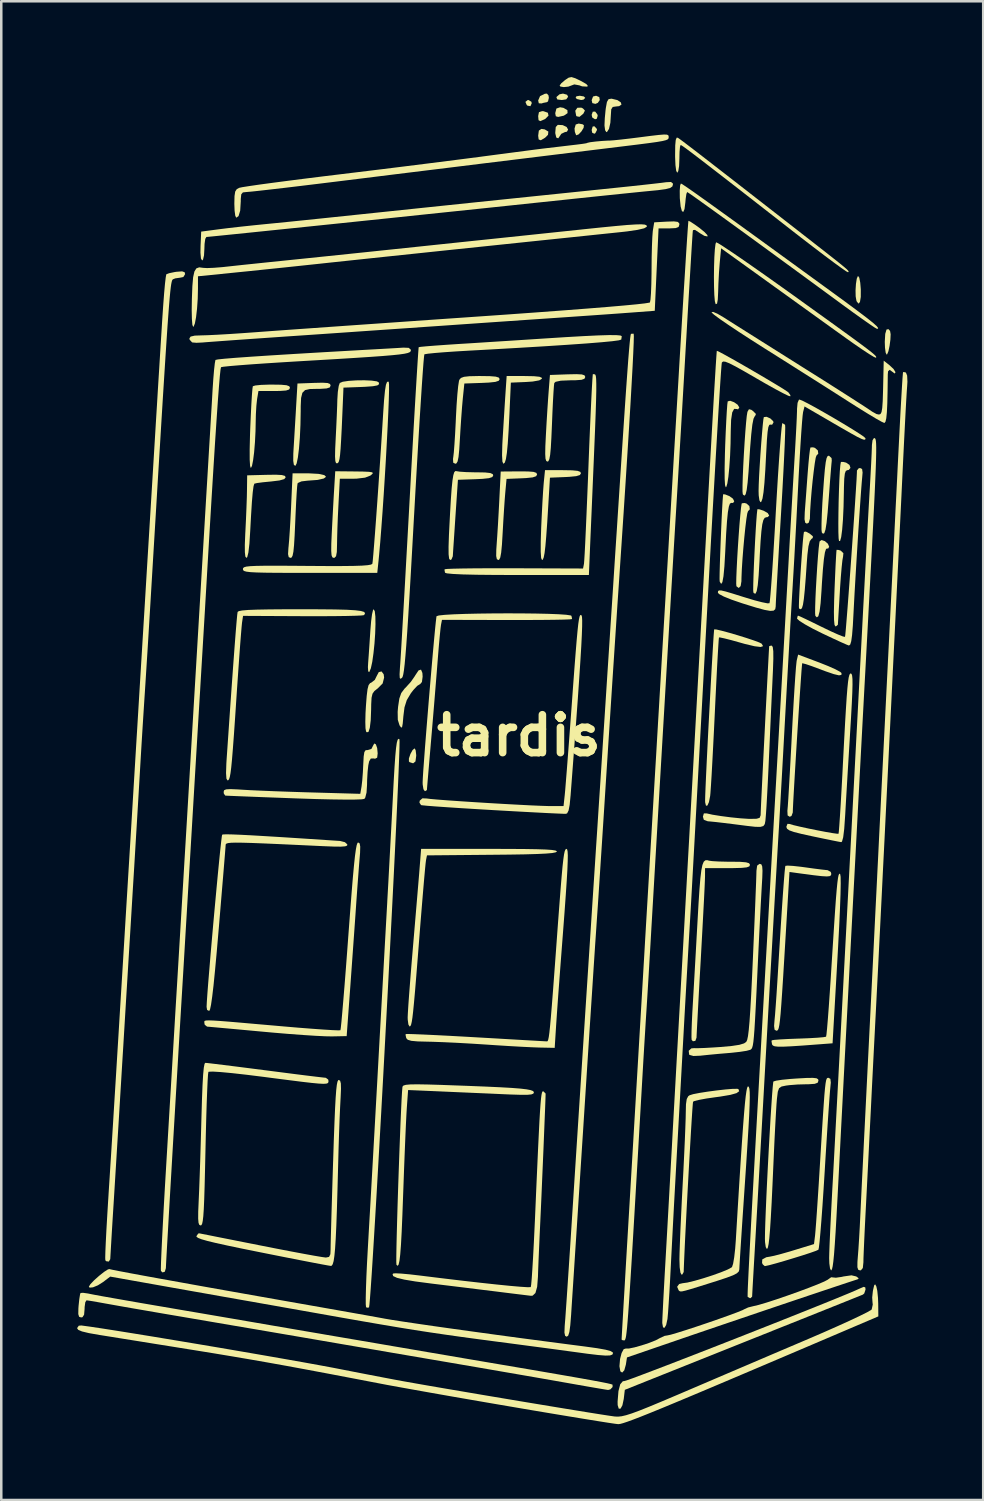
<source format=kicad_pcb>
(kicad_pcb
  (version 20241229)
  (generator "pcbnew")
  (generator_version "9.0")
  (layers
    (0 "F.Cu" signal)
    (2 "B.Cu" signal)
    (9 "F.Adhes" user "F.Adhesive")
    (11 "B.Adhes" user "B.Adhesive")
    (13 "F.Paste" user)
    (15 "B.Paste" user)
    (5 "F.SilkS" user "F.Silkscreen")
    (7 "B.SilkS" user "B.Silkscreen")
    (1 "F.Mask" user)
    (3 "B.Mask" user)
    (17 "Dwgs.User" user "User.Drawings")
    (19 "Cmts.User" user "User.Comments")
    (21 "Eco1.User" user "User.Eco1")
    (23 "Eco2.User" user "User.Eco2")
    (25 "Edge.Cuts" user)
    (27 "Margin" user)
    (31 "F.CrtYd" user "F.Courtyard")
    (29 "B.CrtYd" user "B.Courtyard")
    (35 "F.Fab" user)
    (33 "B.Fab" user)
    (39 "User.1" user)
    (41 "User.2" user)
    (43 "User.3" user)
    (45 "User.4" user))
  (footprint "tardis"
    (layer "F.Cu")
    (at 17.484 26.054)
    (property "Reference" "tardis" (at 0 0 0) (layer "F.SilkS") (effects (font (size 1.5 1.5) (thickness 0.3))))
    (attr board_only exclude_from_pos_files exclude_from_bom)
    (fp_poly (pts (xy 0.493 -25.078) (xy 0.508 -25.019) (xy 0.456 -24.902) (xy 0.339 -24.923) (xy 0.31 -24.948) (xy 0.257 -25.072) (xy 0.345 -25.143) (xy 0.381 -25.146)) (stroke (width 0) (type solid)) (fill yes) (layer "F.SilkS"))
    (fp_poly (pts (xy 2.569 -25.287) (xy 2.625 -25.231) (xy 2.554 -25.161) (xy 2.46 -25.146) (xy 2.298 -25.185) (xy 2.244 -25.231) (xy 2.274 -25.293) (xy 2.408 -25.315)) (stroke (width 0) (type solid)) (fill yes) (layer "F.SilkS"))
    (fp_poly (pts (xy 3.083 -24.005) (xy 3.09 -23.961) (xy 3.024 -23.834) (xy 2.985 -23.812) (xy 2.9 -23.852) (xy 2.879 -23.961) (xy 2.918 -24.095) (xy 2.985 -24.109)) (stroke (width 0) (type solid)) (fill yes) (layer "F.SilkS"))
    (fp_poly (pts (xy 3.103 -24.579) (xy 3.118 -24.525) (xy 3.081 -24.404) (xy 3.012 -24.384) (xy 2.902 -24.455) (xy 2.879 -24.56) (xy 2.923 -24.685) (xy 3.018 -24.688)) (stroke (width 0) (type solid)) (fill yes) (layer "F.SilkS"))
    (fp_poly (pts (xy 3.18 -25.262) (xy 3.2 -25.146) (xy 3.122 -25.033) (xy 3.026 -24.993) (xy 2.905 -25.024) (xy 2.879 -25.14) (xy 2.934 -25.285) (xy 3.054 -25.315)) (stroke (width 0) (type solid)) (fill yes) (layer "F.SilkS"))
    (fp_poly (pts (xy 1.021 -23.984) (xy 1.165 -23.898) (xy 1.151 -23.769) (xy 1.037 -23.655) (xy 0.866 -23.553) (xy 0.782 -23.586) (xy 0.762 -23.735) (xy 0.789 -23.936) (xy 0.89 -24.003)) (stroke (width 0) (type solid)) (fill yes) (layer "F.SilkS"))
    (fp_poly (pts (xy 1.908 -25.354) (xy 1.947 -25.273) (xy 1.872 -25.172) (xy 1.696 -25.146) (xy 1.521 -25.168) (xy 1.485 -25.244) (xy 1.493 -25.273) (xy 1.607 -25.372) (xy 1.745 -25.4)) (stroke (width 0) (type solid)) (fill yes) (layer "F.SilkS"))
    (fp_poly (pts (xy 0.974 -24.703) (xy 1.146 -24.643) (xy 1.171 -24.528) (xy 1.044 -24.399) (xy 1.022 -24.387) (xy 0.849 -24.311) (xy 0.777 -24.347) (xy 0.762 -24.51) (xy 0.793 -24.666) (xy 0.919 -24.706)) (stroke (width 0) (type solid)) (fill yes) (layer "F.SilkS"))
    (fp_poly (pts (xy 2.535 -24.812) (xy 2.612 -24.728) (xy 2.553 -24.612) (xy 2.545 -24.602) (xy 2.396 -24.48) (xy 2.283 -24.503) (xy 2.264 -24.532) (xy 2.23 -24.721) (xy 2.312 -24.839) (xy 2.468 -24.845)) (stroke (width 0) (type solid)) (fill yes) (layer "F.SilkS"))
    (fp_poly (pts (xy 1.171 -25.329) (xy 1.185 -25.231) (xy 1.153 -25.093) (xy 1.108 -25.061) (xy 0.966 -25.033) (xy 0.896 -25.01) (xy 0.787 -25.017) (xy 0.762 -25.128) (xy 0.836 -25.3) (xy 1.026 -25.393) (xy 1.108 -25.4)) (stroke (width 0) (type solid)) (fill yes) (layer "F.SilkS"))
    (fp_poly (pts (xy 1.763 -24.836) (xy 1.919 -24.745) (xy 1.925 -24.627) (xy 1.782 -24.529) (xy 1.757 -24.522) (xy 1.552 -24.477) (xy 1.461 -24.503) (xy 1.439 -24.614) (xy 1.439 -24.633) (xy 1.484 -24.809) (xy 1.629 -24.859)) (stroke (width 0) (type solid)) (fill yes) (layer "F.SilkS"))
    (fp_poly (pts (xy 2.522 -24.185) (xy 2.571 -24.149) (xy 2.56 -24.045) (xy 2.475 -23.905) (xy 2.364 -23.787) (xy 2.273 -23.752) (xy 2.262 -23.759) (xy 2.214 -23.884) (xy 2.201 -24.017) (xy 2.248 -24.177) (xy 2.366 -24.215)) (stroke (width 0) (type solid)) (fill yes) (layer "F.SilkS"))
    (fp_poly (pts (xy -4.086 0.583) (xy -4.065 0.766) (xy -4.064 0.804) (xy -4.094 1.028) (xy -4.185 1.101) (xy -4.186 1.101) (xy -4.325 1.057) (xy -4.353 1.028) (xy -4.353 0.909) (xy -4.293 0.732) (xy -4.206 0.574) (xy -4.128 0.509)) (stroke (width 0) (type solid)) (fill yes) (layer "F.SilkS"))
    (fp_poly (pts (xy 14.688 -16.005) (xy 14.71 -15.877) (xy 14.7 -15.663) (xy 14.668 -15.42) (xy 14.623 -15.207) (xy 14.571 -15.083) (xy 14.552 -15.071) (xy 14.513 -15.148) (xy 14.486 -15.348) (xy 14.478 -15.579) (xy 14.496 -15.892) (xy 14.546 -16.063) (xy 14.624 -16.08)) (stroke (width 0) (type solid)) (fill yes) (layer "F.SilkS"))
    (fp_poly (pts (xy 1.718 -24.154) (xy 1.738 -24.15) (xy 1.887 -24.08) (xy 1.947 -23.976) (xy 1.901 -23.893) (xy 1.818 -23.876) (xy 1.676 -23.808) (xy 1.639 -23.749) (xy 1.556 -23.63) (xy 1.479 -23.661) (xy 1.44 -23.826) (xy 1.439 -23.862) (xy 1.458 -24.078) (xy 1.538 -24.163)) (stroke (width 0) (type solid)) (fill yes) (layer "F.SilkS"))
    (fp_poly (pts (xy 13.468 -18.117) (xy 13.507 -17.92) (xy 13.529 -17.654) (xy 13.528 -17.352) (xy 13.496 -17.156) (xy 13.443 -17.088) (xy 13.374 -17.164) (xy 13.355 -17.209) (xy 13.326 -17.376) (xy 13.321 -17.615) (xy 13.337 -17.868) (xy 13.369 -18.076) (xy 13.414 -18.18) (xy 13.42 -18.183)) (stroke (width 0) (type solid)) (fill yes) (layer "F.SilkS"))
    (fp_poly (pts (xy 2.232 -26.007) (xy 2.445 -25.905) (xy 2.668 -25.778) (xy 2.732 -25.7) (xy 2.693 -25.676) (xy 2.5 -25.687) (xy 2.392 -25.727) (xy 2.191 -25.764) (xy 2.112 -25.734) (xy 1.955 -25.676) (xy 1.774 -25.657) (xy 1.64 -25.68) (xy 1.611 -25.718) (xy 1.675 -25.807) (xy 1.825 -25.935) (xy 1.833 -25.941) (xy 1.969 -26.031) (xy 2.082 -26.054)) (stroke (width 0) (type solid)) (fill yes) (layer "F.SilkS"))
    (fp_poly (pts (xy -5.704 -4.917) (xy -5.68 -4.707) (xy -5.676 -4.401) (xy -5.688 -4.033) (xy -5.715 -3.639) (xy -5.755 -3.255) (xy -5.803 -2.915) (xy -5.859 -2.657) (xy -5.92 -2.514) (xy -5.924 -2.509) (xy -5.964 -2.536) (xy -5.975 -2.707) (xy -5.965 -2.888) (xy -5.943 -3.182) (xy -5.916 -3.578) (xy -5.888 -4.005) (xy -5.877 -4.17) (xy -5.848 -4.52) (xy -5.812 -4.797) (xy -5.773 -4.963) (xy -5.749 -4.995)) (stroke (width 0) (type solid)) (fill yes) (layer "F.SilkS"))
    (fp_poly (pts (xy 3.676 -25.197) (xy 3.898 -25.143) (xy 4.031 -25.055) (xy 4.059 -24.965) (xy 3.964 -24.903) (xy 3.852 -24.892) (xy 3.713 -24.872) (xy 3.653 -24.778) (xy 3.64 -24.575) (xy 3.619 -24.246) (xy 3.565 -24.004) (xy 3.487 -23.883) (xy 3.461 -23.876) (xy 3.411 -23.95) (xy 3.387 -24.132) (xy 3.387 -24.161) (xy 3.399 -24.43) (xy 3.429 -24.748) (xy 3.44 -24.831) (xy 3.483 -25.069) (xy 3.546 -25.178) (xy 3.654 -25.199)) (stroke (width 0) (type solid)) (fill yes) (layer "F.SilkS"))
    (fp_poly (pts (xy 12.271 -11.07) (xy 12.372 -10.976) (xy 12.38 -10.876) (xy 12.366 -10.737) (xy 12.343 -10.462) (xy 12.313 -10.086) (xy 12.28 -9.642) (xy 12.262 -9.398) (xy 12.217 -8.83) (xy 12.175 -8.417) (xy 12.132 -8.148) (xy 12.085 -8.007) (xy 12.033 -7.982) (xy 11.987 -8.033) (xy 11.974 -8.143) (xy 11.975 -8.392) (xy 11.986 -8.753) (xy 12.008 -9.194) (xy 12.035 -9.61) (xy 12.074 -10.151) (xy 12.108 -10.544) (xy 12.141 -10.812) (xy 12.175 -10.974) (xy 12.214 -11.054) (xy 12.263 -11.072)) (stroke (width 0) (type solid)) (fill yes) (layer "F.SilkS"))
    (fp_poly (pts (xy 0.596 -14.217) (xy 0.815 -14.195) (xy 0.907 -14.153) (xy 0.91 -14.118) (xy 0.804 -14.052) (xy 0.542 -14.006) (xy 0.278 -13.988) (xy -0.319 -13.963) (xy -0.375 -12.718) (xy -0.408 -12.058) (xy -0.441 -11.551) (xy -0.476 -11.183) (xy -0.514 -10.938) (xy -0.558 -10.799) (xy -0.61 -10.753) (xy -0.614 -10.753) (xy -0.653 -10.836) (xy -0.667 -11.086) (xy -0.657 -11.501) (xy -0.646 -11.705) (xy -0.616 -12.199) (xy -0.583 -12.734) (xy -0.552 -13.227) (xy -0.538 -13.441) (xy -0.485 -14.224) (xy 0.23 -14.224)) (stroke (width 0) (type solid)) (fill yes) (layer "F.SilkS"))
    (fp_poly (pts (xy 12.655 -7.341) (xy 12.737 -7.314) (xy 12.84 -7.213) (xy 12.827 -7.079) (xy 12.801 -6.933) (xy 12.771 -6.653) (xy 12.739 -6.276) (xy 12.708 -5.837) (xy 12.699 -5.673) (xy 12.673 -5.232) (xy 12.65 -4.853) (xy 12.633 -4.567) (xy 12.623 -4.404) (xy 12.621 -4.381) (xy 12.549 -4.321) (xy 12.523 -4.318) (xy 12.489 -4.378) (xy 12.47 -4.567) (xy 12.465 -4.894) (xy 12.475 -5.371) (xy 12.491 -5.821) (xy 12.512 -6.306) (xy 12.531 -6.729) (xy 12.549 -7.061) (xy 12.563 -7.276) (xy 12.571 -7.347)) (stroke (width 0) (type solid)) (fill yes) (layer "F.SilkS"))
    (fp_poly (pts (xy 11.504 -7.99) (xy 11.633 -7.882) (xy 11.626 -7.812) (xy 11.577 -7.779) (xy 11.509 -7.687) (xy 11.457 -7.485) (xy 11.416 -7.149) (xy 11.395 -6.881) (xy 11.351 -6.242) (xy 11.312 -5.756) (xy 11.276 -5.405) (xy 11.24 -5.172) (xy 11.201 -5.041) (xy 11.155 -4.995) (xy 11.101 -5.015) (xy 11.083 -5.032) (xy 11.079 -5.121) (xy 11.085 -5.347) (xy 11.101 -5.675) (xy 11.123 -6.072) (xy 11.15 -6.505) (xy 11.18 -6.942) (xy 11.209 -7.349) (xy 11.237 -7.692) (xy 11.262 -7.94) (xy 11.279 -8.057) (xy 11.356 -8.068)) (stroke (width 0) (type solid)) (fill yes) (layer "F.SilkS"))
    (fp_poly (pts (xy 12.108 -7.69) (xy 12.227 -7.587) (xy 12.277 -7.468) (xy 12.235 -7.393) (xy 12.201 -7.402) (xy 12.153 -7.381) (xy 12.109 -7.243) (xy 12.068 -6.977) (xy 12.029 -6.571) (xy 11.99 -6.013) (xy 11.974 -5.735) (xy 11.939 -5.24) (xy 11.898 -4.904) (xy 11.848 -4.719) (xy 11.788 -4.675) (xy 11.73 -4.736) (xy 11.721 -4.839) (xy 11.723 -5.077) (xy 11.734 -5.416) (xy 11.753 -5.82) (xy 11.778 -6.255) (xy 11.805 -6.687) (xy 11.834 -7.082) (xy 11.862 -7.405) (xy 11.888 -7.622) (xy 11.901 -7.685) (xy 11.979 -7.734)) (stroke (width 0) (type solid)) (fill yes) (layer "F.SilkS"))
    (fp_poly (pts (xy -5.351 -2.421) (xy -5.334 -2.292) (xy -5.392 -2.059) (xy -5.587 -1.863) (xy -5.588 -1.863) (xy -5.717 -1.761) (xy -5.793 -1.654) (xy -5.831 -1.494) (xy -5.845 -1.237) (xy -5.848 -1.031) (xy -5.864 -0.604) (xy -5.9 -0.303) (xy -5.954 -0.139) (xy -6.022 -0.127) (xy -6.049 -0.161) (xy -6.071 -0.287) (xy -6.078 -0.54) (xy -6.07 -0.881) (xy -6.054 -1.161) (xy -6.023 -1.567) (xy -5.99 -1.833) (xy -5.949 -1.991) (xy -5.892 -2.069) (xy -5.84 -2.093) (xy -5.703 -2.199) (xy -5.636 -2.336) (xy -5.546 -2.508) (xy -5.435 -2.534)) (stroke (width 0) (type solid)) (fill yes) (layer "F.SilkS"))
    (fp_poly (pts (xy -3.819 -2.474) (xy -3.81 -2.328) (xy -3.838 -2.116) (xy -3.911 -2.03) (xy -3.916 -2.03) (xy -4.022 -1.965) (xy -4.176 -1.8) (xy -4.276 -1.67) (xy -4.437 -1.4) (xy -4.528 -1.113) (xy -4.572 -0.762) (xy -4.597 -0.474) (xy -4.623 -0.331) (xy -4.66 -0.312) (xy -4.717 -0.391) (xy -4.726 -0.408) (xy -4.792 -0.618) (xy -4.798 -0.936) (xy -4.781 -1.136) (xy -4.732 -1.462) (xy -4.655 -1.681) (xy -4.525 -1.854) (xy -4.476 -1.902) (xy -4.276 -2.123) (xy -4.115 -2.355) (xy -4.101 -2.381) (xy -3.971 -2.575) (xy -3.874 -2.606)) (stroke (width 0) (type solid)) (fill yes) (layer "F.SilkS"))
    (fp_poly (pts (xy 2.104 -10.493) (xy 2.323 -10.472) (xy 2.43 -10.431) (xy 2.455 -10.375) (xy 2.413 -10.306) (xy 2.268 -10.262) (xy 1.993 -10.235) (xy 1.841 -10.227) (xy 1.228 -10.202) (xy 1.162 -9.102) (xy 1.12 -8.418) (xy 1.082 -7.887) (xy 1.048 -7.493) (xy 1.015 -7.217) (xy 0.981 -7.045) (xy 0.945 -6.96) (xy 0.915 -6.943) (xy 0.88 -7.023) (xy 0.863 -7.267) (xy 0.864 -7.675) (xy 0.882 -8.234) (xy 0.905 -8.731) (xy 0.93 -9.211) (xy 0.955 -9.629) (xy 0.978 -9.938) (xy 0.984 -10.012) (xy 1.033 -10.499) (xy 1.744 -10.499)) (stroke (width 0) (type solid)) (fill yes) (layer "F.SilkS"))
    (fp_poly (pts (xy 11.714 -11.381) (xy 11.829 -11.28) (xy 11.846 -11.151) (xy 11.775 -11.077) (xy 11.745 -10.99) (xy 11.707 -10.768) (xy 11.665 -10.448) (xy 11.621 -10.065) (xy 11.581 -9.653) (xy 11.548 -9.247) (xy 11.524 -8.883) (xy 11.515 -8.595) (xy 11.515 -8.577) (xy 11.471 -8.423) (xy 11.396 -8.382) (xy 11.329 -8.42) (xy 11.302 -8.557) (xy 11.311 -8.824) (xy 11.314 -8.869) (xy 11.336 -9.156) (xy 11.366 -9.555) (xy 11.399 -10.006) (xy 11.425 -10.356) (xy 11.457 -10.75) (xy 11.488 -11.077) (xy 11.516 -11.304) (xy 11.537 -11.396) (xy 11.637 -11.403)) (stroke (width 0) (type solid)) (fill yes) (layer "F.SilkS"))
    (fp_poly (pts (xy 12.948 -10.797) (xy 13.081 -10.707) (xy 13.12 -10.59) (xy 13.055 -10.508) (xy 12.996 -10.499) (xy 12.937 -10.47) (xy 12.898 -10.366) (xy 12.874 -10.159) (xy 12.862 -9.821) (xy 12.859 -9.631) (xy 12.846 -9.045) (xy 12.823 -8.542) (xy 12.791 -8.138) (xy 12.753 -7.851) (xy 12.71 -7.698) (xy 12.667 -7.694) (xy 12.651 -7.803) (xy 12.642 -8.047) (xy 12.64 -8.391) (xy 12.644 -8.802) (xy 12.652 -9.248) (xy 12.665 -9.694) (xy 12.681 -10.108) (xy 12.699 -10.456) (xy 12.72 -10.705) (xy 12.741 -10.821) (xy 12.743 -10.824) (xy 12.836 -10.825)) (stroke (width 0) (type solid)) (fill yes) (layer "F.SilkS"))
    (fp_poly (pts (xy 8.514 -13.188) (xy 8.656 -13.088) (xy 8.721 -12.98) (xy 8.721 -12.978) (xy 8.672 -12.904) (xy 8.627 -12.918) (xy 8.517 -12.925) (xy 8.441 -12.784) (xy 8.397 -12.49) (xy 8.383 -12.057) (xy 8.375 -11.55) (xy 8.356 -11.059) (xy 8.326 -10.615) (xy 8.29 -10.243) (xy 8.248 -9.974) (xy 8.205 -9.834) (xy 8.187 -9.821) (xy 8.157 -9.905) (xy 8.142 -10.154) (xy 8.14 -10.566) (xy 8.152 -11.135) (xy 8.163 -11.49) (xy 8.184 -12.005) (xy 8.206 -12.463) (xy 8.227 -12.835) (xy 8.246 -13.096) (xy 8.262 -13.218) (xy 8.264 -13.222) (xy 8.36 -13.245)) (stroke (width 0) (type solid)) (fill yes) (layer "F.SilkS"))
    (fp_poly (pts (xy 9.005 -9.179) (xy 9.119 -9.079) (xy 9.137 -8.95) (xy 9.066 -8.876) (xy 9.037 -8.788) (xy 9.001 -8.565) (xy 8.961 -8.239) (xy 8.92 -7.843) (xy 8.881 -7.411) (xy 8.847 -6.977) (xy 8.821 -6.573) (xy 8.807 -6.232) (xy 8.805 -6.101) (xy 8.774 -5.911) (xy 8.699 -5.837) (xy 8.607 -5.905) (xy 8.607 -5.906) (xy 8.599 -6.008) (xy 8.603 -6.245) (xy 8.617 -6.587) (xy 8.638 -6.999) (xy 8.665 -7.45) (xy 8.696 -7.909) (xy 8.728 -8.341) (xy 8.76 -8.716) (xy 8.788 -9) (xy 8.812 -9.163) (xy 8.821 -9.187) (xy 8.927 -9.2)) (stroke (width 0) (type solid)) (fill yes) (layer "F.SilkS"))
    (fp_poly (pts (xy 9.194 -12.888) (xy 9.272 -12.832) (xy 9.38 -12.721) (xy 9.346 -12.642) (xy 9.331 -12.631) (xy 9.283 -12.533) (xy 9.237 -12.299) (xy 9.194 -11.919) (xy 9.15 -11.385) (xy 9.126 -11.021) (xy 9.087 -10.435) (xy 9.05 -10.004) (xy 9.013 -9.713) (xy 8.973 -9.546) (xy 8.927 -9.49) (xy 8.873 -9.528) (xy 8.859 -9.55) (xy 8.848 -9.656) (xy 8.849 -9.898) (xy 8.859 -10.244) (xy 8.877 -10.66) (xy 8.901 -11.113) (xy 8.929 -11.572) (xy 8.959 -12.003) (xy 8.989 -12.373) (xy 9.017 -12.65) (xy 9.042 -12.8) (xy 9.044 -12.809) (xy 9.103 -12.91)) (stroke (width 0) (type solid)) (fill yes) (layer "F.SilkS"))
    (fp_poly (pts (xy -6.576 -10.449) (xy -6.18 -10.444) (xy -5.93 -10.433) (xy -5.804 -10.413) (xy -5.779 -10.378) (xy -5.832 -10.321) (xy -5.879 -10.284) (xy -6.088 -10.203) (xy -6.425 -10.163) (xy -6.565 -10.16) (xy -7.086 -10.16) (xy -7.141 -9.131) (xy -7.164 -8.667) (xy -7.182 -8.204) (xy -7.193 -7.804) (xy -7.197 -7.564) (xy -7.205 -7.261) (xy -7.236 -7.094) (xy -7.298 -7.031) (xy -7.325 -7.027) (xy -7.381 -7.049) (xy -7.414 -7.132) (xy -7.427 -7.304) (xy -7.424 -7.592) (xy -7.407 -7.98) (xy -7.382 -8.47) (xy -7.354 -8.998) (xy -7.327 -9.482) (xy -7.314 -9.694) (xy -7.268 -10.456)) (stroke (width 0) (type solid)) (fill yes) (layer "F.SilkS"))
    (fp_poly (pts (xy 0.359 -10.448) (xy 0.579 -10.431) (xy 0.689 -10.393) (xy 0.72 -10.33) (xy 0.72 -10.329) (xy 0.681 -10.259) (xy 0.545 -10.213) (xy 0.282 -10.186) (xy 0.115 -10.178) (xy -0.489 -10.153) (xy -0.538 -9.627) (xy -0.562 -9.331) (xy -0.59 -8.921) (xy -0.619 -8.454) (xy -0.643 -8.022) (xy -0.671 -7.554) (xy -0.702 -7.234) (xy -0.738 -7.041) (xy -0.784 -6.954) (xy -0.813 -6.943) (xy -0.873 -6.978) (xy -0.899 -7.102) (xy -0.895 -7.347) (xy -0.881 -7.556) (xy -0.858 -7.885) (xy -0.83 -8.325) (xy -0.802 -8.819) (xy -0.776 -9.308) (xy -0.72 -10.445) (xy 0 -10.451)) (stroke (width 0) (type solid)) (fill yes) (layer "F.SilkS"))
    (fp_poly (pts (xy 8.168 -9.536) (xy 8.331 -9.471) (xy 8.469 -9.371) (xy 8.521 -9.265) (xy 8.475 -9.202) (xy 8.402 -9.204) (xy 8.35 -9.175) (xy 8.307 -9.054) (xy 8.268 -8.825) (xy 8.234 -8.475) (xy 8.201 -7.987) (xy 8.168 -7.346) (xy 8.164 -7.26) (xy 8.132 -6.696) (xy 8.095 -6.3) (xy 8.052 -6.067) (xy 8.003 -5.997) (xy 7.947 -6.088) (xy 7.945 -6.095) (xy 7.94 -6.197) (xy 7.943 -6.436) (xy 7.952 -6.779) (xy 7.966 -7.195) (xy 7.983 -7.654) (xy 8.002 -8.124) (xy 8.022 -8.573) (xy 8.042 -8.972) (xy 8.06 -9.288) (xy 8.076 -9.49) (xy 8.085 -9.549)) (stroke (width 0) (type solid)) (fill yes) (layer "F.SilkS"))
    (fp_poly (pts (xy 9.523 -8.947) (xy 9.683 -8.894) (xy 9.847 -8.8) (xy 9.905 -8.702) (xy 9.842 -8.641) (xy 9.788 -8.636) (xy 9.724 -8.611) (xy 9.672 -8.523) (xy 9.63 -8.353) (xy 9.595 -8.08) (xy 9.563 -7.686) (xy 9.532 -7.151) (xy 9.519 -6.877) (xy 9.487 -6.334) (xy 9.452 -5.95) (xy 9.41 -5.712) (xy 9.36 -5.609) (xy 9.299 -5.631) (xy 9.278 -5.662) (xy 9.271 -5.76) (xy 9.274 -5.995) (xy 9.284 -6.334) (xy 9.3 -6.746) (xy 9.321 -7.198) (xy 9.344 -7.657) (xy 9.369 -8.092) (xy 9.393 -8.47) (xy 9.415 -8.759) (xy 9.434 -8.928) (xy 9.441 -8.956)) (stroke (width 0) (type solid)) (fill yes) (layer "F.SilkS"))
    (fp_poly (pts (xy 9.953 -12.543) (xy 10.061 -12.437) (xy 10.075 -12.389) (xy 10.02 -12.297) (xy 9.958 -12.303) (xy 9.909 -12.292) (xy 9.87 -12.2) (xy 9.84 -12.006) (xy 9.813 -11.688) (xy 9.788 -11.223) (xy 9.786 -11.191) (xy 9.751 -10.516) (xy 9.716 -9.997) (xy 9.679 -9.623) (xy 9.639 -9.379) (xy 9.594 -9.253) (xy 9.559 -9.229) (xy 9.517 -9.305) (xy 9.489 -9.501) (xy 9.484 -9.673) (xy 9.49 -9.922) (xy 9.505 -10.268) (xy 9.529 -10.677) (xy 9.557 -11.116) (xy 9.588 -11.552) (xy 9.62 -11.952) (xy 9.649 -12.282) (xy 9.674 -12.509) (xy 9.692 -12.599) (xy 9.803 -12.611)) (stroke (width 0) (type solid)) (fill yes) (layer "F.SilkS"))
    (fp_poly (pts (xy -7.569 -13.947) (xy -7.474 -13.909) (xy -7.451 -13.847) (xy -7.485 -13.773) (xy -7.61 -13.733) (xy -7.859 -13.717) (xy -7.991 -13.716) (xy -8.277 -13.709) (xy -8.462 -13.667) (xy -8.569 -13.56) (xy -8.619 -13.358) (xy -8.634 -13.031) (xy -8.635 -12.827) (xy -8.645 -12.291) (xy -8.668 -11.791) (xy -8.703 -11.352) (xy -8.746 -11.002) (xy -8.795 -10.765) (xy -8.847 -10.669) (xy -8.852 -10.668) (xy -8.906 -10.714) (xy -8.93 -10.869) (xy -8.927 -11.157) (xy -8.918 -11.324) (xy -8.895 -11.695) (xy -8.867 -12.163) (xy -8.837 -12.658) (xy -8.82 -12.954) (xy -8.763 -13.928) (xy -8.107 -13.952) (xy -7.77 -13.96)) (stroke (width 0) (type solid)) (fill yes) (layer "F.SilkS"))
    (fp_poly (pts (xy -9.381 -10.306) (xy -9.261 -10.273) (xy -9.229 -10.217) (xy -9.287 -10.145) (xy -9.473 -10.092) (xy -9.808 -10.051) (xy -9.831 -10.049) (xy -10.132 -10.02) (xy -10.359 -9.99) (xy -10.467 -9.965) (xy -10.47 -9.963) (xy -10.501 -9.864) (xy -10.533 -9.624) (xy -10.566 -9.237) (xy -10.6 -8.694) (xy -10.632 -8.107) (xy -10.664 -7.591) (xy -10.704 -7.243) (xy -10.75 -7.059) (xy -10.782 -7.027) (xy -10.824 -7.079) (xy -10.844 -7.247) (xy -10.846 -7.548) (xy -10.828 -7.998) (xy -10.824 -8.064) (xy -10.801 -8.538) (xy -10.781 -9.018) (xy -10.766 -9.441) (xy -10.761 -9.698) (xy -10.753 -10.294) (xy -9.991 -10.314) (xy -9.615 -10.319)) (stroke (width 0) (type solid)) (fill yes) (layer "F.SilkS"))
    (fp_poly (pts (xy -8.309 -10.373) (xy -7.924 -10.352) (xy -7.699 -10.302) (xy -7.632 -10.236) (xy -7.721 -10.169) (xy -7.964 -10.113) (xy -8.356 -10.084) (xy -8.363 -10.084) (xy -8.604 -10.055) (xy -8.745 -9.993) (xy -8.76 -9.97) (xy -8.775 -9.853) (xy -8.794 -9.598) (xy -8.815 -9.234) (xy -8.836 -8.793) (xy -8.851 -8.445) (xy -8.875 -7.914) (xy -8.898 -7.53) (xy -8.924 -7.271) (xy -8.956 -7.116) (xy -8.996 -7.042) (xy -9.036 -7.027) (xy -9.109 -7.058) (xy -9.135 -7.176) (xy -9.121 -7.416) (xy -9.115 -7.472) (xy -9.093 -7.722) (xy -9.067 -8.095) (xy -9.041 -8.545) (xy -9.016 -9.027) (xy -9.011 -9.145) (xy -8.956 -10.373)) (stroke (width 0) (type solid)) (fill yes) (layer "F.SilkS"))
    (fp_poly (pts (xy -2.479 -10.461) (xy -2.34 -10.439) (xy -2.082 -10.422) (xy -1.756 -10.414) (xy -1.686 -10.414) (xy -1.339 -10.408) (xy -1.131 -10.385) (xy -1.034 -10.34) (xy -1.016 -10.29) (xy -1.054 -10.226) (xy -1.186 -10.182) (xy -1.44 -10.155) (xy -1.714 -10.142) (xy -2.413 -10.118) (xy -2.511 -8.678) (xy -2.543 -8.193) (xy -2.572 -7.759) (xy -2.596 -7.409) (xy -2.611 -7.173) (xy -2.616 -7.091) (xy -2.669 -6.965) (xy -2.721 -6.943) (xy -2.761 -6.996) (xy -2.782 -7.165) (xy -2.784 -7.467) (xy -2.769 -7.918) (xy -2.762 -8.065) (xy -2.725 -8.784) (xy -2.692 -9.351) (xy -2.661 -9.781) (xy -2.629 -10.091) (xy -2.596 -10.297) (xy -2.56 -10.416) (xy -2.517 -10.463)) (stroke (width 0) (type solid)) (fill yes) (layer "F.SilkS"))
    (fp_poly (pts (xy 2.488 -14.287) (xy 2.594 -14.253) (xy 2.625 -14.191) (xy 2.625 -14.185) (xy 2.592 -14.115) (xy 2.475 -14.074) (xy 2.239 -14.057) (xy 2.029 -14.055) (xy 1.659 -14.04) (xy 1.451 -13.995) (xy 1.4 -13.949) (xy 1.386 -13.833) (xy 1.368 -13.578) (xy 1.347 -13.212) (xy 1.326 -12.765) (xy 1.309 -12.34) (xy 1.285 -11.786) (xy 1.262 -11.38) (xy 1.236 -11.103) (xy 1.204 -10.934) (xy 1.166 -10.853) (xy 1.132 -10.837) (xy 1.082 -10.862) (xy 1.052 -10.955) (xy 1.041 -11.14) (xy 1.046 -11.444) (xy 1.067 -11.874) (xy 1.094 -12.361) (xy 1.125 -12.865) (xy 1.155 -13.318) (xy 1.175 -13.589) (xy 1.228 -14.266) (xy 1.926 -14.291) (xy 2.276 -14.298)) (stroke (width 0) (type solid)) (fill yes) (layer "F.SilkS"))
    (fp_poly (pts (xy -9.416 -13.88) (xy -9.197 -13.86) (xy -9.088 -13.82) (xy -9.059 -13.758) (xy -9.093 -13.691) (xy -9.214 -13.651) (xy -9.455 -13.634) (xy -9.683 -13.631) (xy -10.307 -13.631) (xy -10.36 -13.314) (xy -10.389 -13.047) (xy -10.409 -12.704) (xy -10.414 -12.488) (xy -10.423 -12.043) (xy -10.445 -11.606) (xy -10.478 -11.209) (xy -10.519 -10.885) (xy -10.563 -10.666) (xy -10.607 -10.583) (xy -10.608 -10.583) (xy -10.638 -10.667) (xy -10.653 -10.915) (xy -10.654 -11.322) (xy -10.641 -11.885) (xy -10.631 -12.169) (xy -10.609 -12.672) (xy -10.587 -13.116) (xy -10.565 -13.474) (xy -10.545 -13.718) (xy -10.529 -13.82) (xy -10.529 -13.82) (xy -10.431 -13.85) (xy -10.207 -13.873) (xy -9.897 -13.884) (xy -9.774 -13.885)) (stroke (width 0) (type solid)) (fill yes) (layer "F.SilkS"))
    (fp_poly (pts (xy -5.83 -14.043) (xy -5.623 -14.013) (xy -5.549 -13.976) (xy -5.532 -13.903) (xy -5.601 -13.853) (xy -5.781 -13.82) (xy -6.096 -13.797) (xy -6.289 -13.789) (xy -6.943 -13.765) (xy -6.953 -13.508) (xy -6.985 -12.758) (xy -7.011 -12.161) (xy -7.035 -11.698) (xy -7.056 -11.352) (xy -7.077 -11.105) (xy -7.1 -10.941) (xy -7.125 -10.842) (xy -7.154 -10.791) (xy -7.187 -10.77) (xy -7.236 -10.778) (xy -7.265 -10.861) (xy -7.276 -11.041) (xy -7.27 -11.343) (xy -7.251 -11.737) (xy -7.228 -12.199) (xy -7.207 -12.663) (xy -7.191 -13.066) (xy -7.185 -13.293) (xy -7.166 -13.594) (xy -7.13 -13.833) (xy -7.089 -13.949) (xy -6.971 -13.998) (xy -6.737 -14.032) (xy -6.436 -14.052) (xy -6.118 -14.056)) (stroke (width 0) (type solid)) (fill yes) (layer "F.SilkS"))
    (fp_poly (pts (xy -1.148 -14.219) (xy -0.916 -14.2) (xy -0.797 -14.163) (xy -0.762 -14.103) (xy -0.762 -14.1) (xy -0.8 -14.036) (xy -0.932 -13.992) (xy -1.186 -13.965) (xy -1.46 -13.952) (xy -2.159 -13.928) (xy -2.22 -13.335) (xy -2.25 -12.998) (xy -2.283 -12.557) (xy -2.315 -12.077) (xy -2.334 -11.748) (xy -2.361 -11.311) (xy -2.39 -11.019) (xy -2.426 -10.846) (xy -2.474 -10.766) (xy -2.515 -10.753) (xy -2.599 -10.794) (xy -2.608 -10.943) (xy -2.596 -11.028) (xy -2.575 -11.208) (xy -2.551 -11.52) (xy -2.525 -11.926) (xy -2.501 -12.389) (xy -2.491 -12.615) (xy -2.466 -13.08) (xy -2.436 -13.492) (xy -2.404 -13.818) (xy -2.372 -14.026) (xy -2.357 -14.076) (xy -2.294 -14.148) (xy -2.172 -14.193) (xy -1.959 -14.216) (xy -1.618 -14.224) (xy -1.521 -14.224)) (stroke (width 0) (type solid)) (fill yes) (layer "F.SilkS"))
    (fp_poly (pts (xy 13.707 21.841) (xy 13.716 21.926) (xy 13.665 22.08) (xy 13.61 22.126) (xy 13.514 22.165) (xy 13.275 22.261) (xy 12.907 22.409) (xy 12.424 22.602) (xy 11.84 22.836) (xy 11.17 23.104) (xy 10.426 23.401) (xy 9.624 23.722) (xy 8.848 24.032) (xy 4.191 25.893) (xy 4.149 26.254) (xy 4.095 26.507) (xy 4.021 26.639) (xy 3.951 26.639) (xy 3.908 26.498) (xy 3.905 26.36) (xy 3.939 25.944) (xy 4.01 25.671) (xy 4.114 25.552) (xy 4.161 25.549) (xy 4.256 25.522) (xy 4.491 25.439) (xy 4.85 25.305) (xy 5.314 25.129) (xy 5.869 24.917) (xy 6.495 24.675) (xy 7.177 24.41) (xy 7.898 24.129) (xy 8.64 23.838) (xy 9.386 23.544) (xy 10.121 23.254) (xy 10.825 22.974) (xy 11.484 22.711) (xy 12.079 22.472) (xy 12.594 22.263) (xy 13.012 22.091) (xy 13.315 21.963) (xy 13.483 21.887) (xy 13.645 21.818)) (stroke (width 0) (type solid)) (fill yes) (layer "F.SilkS"))
    (fp_poly (pts (xy 10.854 5.162) (xy 11.162 5.196) (xy 11.319 5.217) (xy 11.672 5.266) (xy 11.973 5.304) (xy 12.173 5.326) (xy 12.213 5.328) (xy 12.339 5.398) (xy 12.361 5.473) (xy 12.35 5.531) (xy 12.299 5.566) (xy 12.184 5.578) (xy 11.98 5.566) (xy 11.664 5.53) (xy 11.21 5.47) (xy 11.09 5.454) (xy 10.707 5.401) (xy 10.555 7.929) (xy 10.501 8.823) (xy 10.456 9.563) (xy 10.417 10.163) (xy 10.384 10.638) (xy 10.356 11.002) (xy 10.33 11.271) (xy 10.305 11.458) (xy 10.281 11.578) (xy 10.254 11.646) (xy 10.225 11.676) (xy 10.192 11.684) (xy 10.187 11.684) (xy 10.117 11.642) (xy 10.098 11.495) (xy 10.114 11.282) (xy 10.135 11.059) (xy 10.162 10.706) (xy 10.193 10.264) (xy 10.225 9.771) (xy 10.243 9.483) (xy 10.302 8.514) (xy 10.356 7.647) (xy 10.405 6.893) (xy 10.448 6.262) (xy 10.485 5.763) (xy 10.514 5.408) (xy 10.536 5.204) (xy 10.545 5.159) (xy 10.636 5.149)) (stroke (width 0) (type solid)) (fill yes) (layer "F.SilkS"))
    (fp_poly (pts (xy 12.712 5.482) (xy 12.73 5.589) (xy 12.734 5.858) (xy 12.726 6.281) (xy 12.705 6.853) (xy 12.673 7.565) (xy 12.628 8.411) (xy 12.602 8.872) (xy 12.412 12.181) (xy 11.815 12.226) (xy 11.227 12.27) (xy 10.785 12.299) (xy 10.469 12.314) (xy 10.256 12.314) (xy 10.124 12.3) (xy 10.053 12.271) (xy 10.019 12.228) (xy 10.016 12.221) (xy 9.995 12.093) (xy 10.007 12.063) (xy 10.101 12.046) (xy 10.33 12.028) (xy 10.661 12.01) (xy 11.059 11.995) (xy 11.077 11.995) (xy 11.478 11.979) (xy 11.814 11.96) (xy 12.051 11.939) (xy 12.154 11.92) (xy 12.155 11.919) (xy 12.171 11.827) (xy 12.195 11.586) (xy 12.226 11.218) (xy 12.262 10.743) (xy 12.301 10.183) (xy 12.343 9.557) (xy 12.361 9.26) (xy 12.419 8.345) (xy 12.468 7.585) (xy 12.509 6.967) (xy 12.544 6.477) (xy 12.575 6.102) (xy 12.602 5.828) (xy 12.627 5.641) (xy 12.65 5.529) (xy 12.674 5.477) (xy 12.699 5.472)) (stroke (width 0) (type solid)) (fill yes) (layer "F.SilkS"))
    (fp_poly (pts (xy 11.891 -2.885) (xy 12.24 -2.746) (xy 12.525 -2.619) (xy 12.712 -2.518) (xy 12.766 -2.47) (xy 12.761 -2.396) (xy 12.665 -2.38) (xy 12.461 -2.428) (xy 12.131 -2.541) (xy 11.903 -2.627) (xy 11.597 -2.741) (xy 11.359 -2.822) (xy 11.225 -2.857) (xy 11.21 -2.856) (xy 11.2 -2.77) (xy 11.181 -2.539) (xy 11.156 -2.185) (xy 11.125 -1.733) (xy 11.09 -1.205) (xy 11.052 -0.626) (xy 11.013 -0.018) (xy 10.975 0.594) (xy 10.939 1.187) (xy 10.906 1.739) (xy 10.878 2.224) (xy 10.856 2.621) (xy 10.842 2.905) (xy 10.837 3.049) (xy 10.786 3.186) (xy 10.716 3.217) (xy 10.633 3.164) (xy 10.624 2.984) (xy 10.628 2.942) (xy 10.641 2.792) (xy 10.661 2.495) (xy 10.686 2.074) (xy 10.716 1.553) (xy 10.749 0.954) (xy 10.784 0.3) (xy 10.801 -0.042) (xy 10.837 -0.713) (xy 10.873 -1.337) (xy 10.907 -1.892) (xy 10.938 -2.357) (xy 10.965 -2.709) (xy 10.987 -2.925) (xy 10.995 -2.976) (xy 11.049 -3.201)) (stroke (width 0) (type solid)) (fill yes) (layer "F.SilkS"))
    (fp_poly (pts (xy 3.008 -14.29) (xy 3.022 -14.278) (xy 3.043 -14.228) (xy 3.056 -14.114) (xy 3.062 -13.923) (xy 3.062 -13.641) (xy 3.053 -13.252) (xy 3.037 -12.744) (xy 3.013 -12.1) (xy 2.98 -11.309) (xy 2.964 -10.922) (xy 2.936 -10.266) (xy 2.906 -9.558) (xy 2.876 -8.855) (xy 2.848 -8.213) (xy 2.827 -7.726) (xy 2.769 -6.35) (xy -0.05 -6.35) (xy -0.939 -6.353) (xy -1.66 -6.36) (xy -2.218 -6.373) (xy -2.613 -6.392) (xy -2.848 -6.415) (xy -2.924 -6.44) (xy -2.946 -6.556) (xy -2.932 -6.578) (xy -2.839 -6.59) (xy -2.597 -6.6) (xy -2.227 -6.608) (xy -1.748 -6.614) (xy -1.183 -6.617) (xy -0.55 -6.618) (xy -0.173 -6.617) (xy 2.538 -6.607) (xy 2.575 -6.796) (xy 2.585 -6.919) (xy 2.602 -7.192) (xy 2.623 -7.598) (xy 2.647 -8.117) (xy 2.674 -8.732) (xy 2.703 -9.423) (xy 2.734 -10.173) (xy 2.751 -10.625) (xy 2.781 -11.393) (xy 2.811 -12.107) (xy 2.839 -12.751) (xy 2.865 -13.306) (xy 2.888 -13.755) (xy 2.907 -14.08) (xy 2.921 -14.265) (xy 2.927 -14.301)) (stroke (width 0) (type solid)) (fill yes) (layer "F.SilkS"))
    (fp_poly (pts (xy 6.45 -21.822) (xy 6.544 -21.762) (xy 6.7 -21.656) (xy 6.925 -21.499) (xy 7.226 -21.285) (xy 7.611 -21.01) (xy 8.087 -20.667) (xy 8.661 -20.253) (xy 9.341 -19.761) (xy 10.133 -19.186) (xy 11.045 -18.523) (xy 12.085 -17.767) (xy 12.404 -17.535) (xy 12.988 -17.108) (xy 13.445 -16.769) (xy 13.786 -16.51) (xy 14.021 -16.322) (xy 14.161 -16.196) (xy 14.217 -16.122) (xy 14.199 -16.093) (xy 14.168 -16.092) (xy 14.081 -16.141) (xy 13.88 -16.276) (xy 13.586 -16.482) (xy 13.222 -16.742) (xy 12.81 -17.042) (xy 12.742 -17.092) (xy 11.863 -17.737) (xy 11.018 -18.355) (xy 10.218 -18.94) (xy 9.474 -19.483) (xy 8.794 -19.978) (xy 8.19 -20.416) (xy 7.671 -20.791) (xy 7.248 -21.094) (xy 6.932 -21.32) (xy 6.731 -21.459) (xy 6.658 -21.505) (xy 6.627 -21.429) (xy 6.599 -21.236) (xy 6.587 -21.103) (xy 6.553 -20.83) (xy 6.503 -20.716) (xy 6.449 -20.752) (xy 6.4 -20.93) (xy 6.369 -21.241) (xy 6.367 -21.273) (xy 6.364 -21.558) (xy 6.379 -21.762) (xy 6.409 -21.842) (xy 6.41 -21.842)) (stroke (width 0) (type solid)) (fill yes) (layer "F.SilkS"))
    (fp_poly (pts (xy 7.819 -4.193) (xy 8.031 -4.143) (xy 8.324 -4.064) (xy 8.658 -3.966) (xy 8.993 -3.862) (xy 9.289 -3.763) (xy 9.506 -3.683) (xy 9.604 -3.634) (xy 9.662 -3.536) (xy 9.568 -3.502) (xy 9.325 -3.531) (xy 8.939 -3.623) (xy 8.755 -3.675) (xy 8.411 -3.771) (xy 8.133 -3.842) (xy 7.959 -3.879) (xy 7.917 -3.88) (xy 7.907 -3.792) (xy 7.891 -3.555) (xy 7.869 -3.187) (xy 7.842 -2.708) (xy 7.813 -2.139) (xy 7.781 -1.497) (xy 7.754 -0.931) (xy 7.72 -0.226) (xy 7.686 0.442) (xy 7.654 1.05) (xy 7.625 1.573) (xy 7.599 1.99) (xy 7.579 2.278) (xy 7.568 2.392) (xy 7.52 2.637) (xy 7.459 2.772) (xy 7.403 2.78) (xy 7.37 2.648) (xy 7.368 2.561) (xy 7.373 2.367) (xy 7.386 2.042) (xy 7.405 1.607) (xy 7.43 1.084) (xy 7.459 0.495) (xy 7.491 -0.137) (xy 7.526 -0.792) (xy 7.561 -1.447) (xy 7.595 -2.08) (xy 7.628 -2.67) (xy 7.659 -3.194) (xy 7.685 -3.63) (xy 7.706 -3.957) (xy 7.722 -4.153) (xy 7.728 -4.2)) (stroke (width 0) (type solid)) (fill yes) (layer "F.SilkS"))
    (fp_poly (pts (xy 7.521 4.954) (xy 7.653 4.972) (xy 7.908 4.987) (xy 8.24 4.995) (xy 8.389 4.995) (xy 8.759 5) (xy 8.988 5.019) (xy 9.107 5.055) (xy 9.144 5.115) (xy 9.144 5.122) (xy 9.117 5.18) (xy 9.017 5.218) (xy 8.817 5.239) (xy 8.489 5.248) (xy 8.255 5.249) (xy 7.366 5.249) (xy 7.365 5.567) (xy 7.36 5.725) (xy 7.347 6.03) (xy 7.326 6.46) (xy 7.298 6.994) (xy 7.265 7.608) (xy 7.228 8.282) (xy 7.197 8.848) (xy 7.157 9.544) (xy 7.121 10.191) (xy 7.09 10.767) (xy 7.064 11.253) (xy 7.044 11.628) (xy 7.032 11.871) (xy 7.028 11.959) (xy 6.981 12.085) (xy 6.886 12.1) (xy 6.835 12.044) (xy 6.828 11.94) (xy 6.831 11.701) (xy 6.843 11.358) (xy 6.863 10.946) (xy 6.87 10.837) (xy 6.893 10.431) (xy 6.924 9.894) (xy 6.96 9.265) (xy 6.999 8.581) (xy 7.038 7.882) (xy 7.067 7.371) (xy 7.108 6.65) (xy 7.145 6.082) (xy 7.181 5.649) (xy 7.219 5.335) (xy 7.262 5.123) (xy 7.313 4.997) (xy 7.376 4.94) (xy 7.452 4.934)) (stroke (width 0) (type solid)) (fill yes) (layer "F.SilkS"))
    (fp_poly (pts (xy 7.882 -19.48) (xy 8.083 -19.354) (xy 8.393 -19.148) (xy 8.798 -18.872) (xy 9.283 -18.535) (xy 9.834 -18.148) (xy 10.438 -17.719) (xy 10.894 -17.393) (xy 11.653 -16.847) (xy 12.286 -16.392) (xy 12.803 -16.018) (xy 13.217 -15.718) (xy 13.538 -15.482) (xy 13.776 -15.303) (xy 13.945 -15.172) (xy 14.054 -15.08) (xy 14.115 -15.02) (xy 14.139 -14.982) (xy 14.137 -14.958) (xy 14.128 -14.947) (xy 14.049 -14.979) (xy 13.856 -15.096) (xy 13.574 -15.282) (xy 13.226 -15.522) (xy 12.948 -15.719) (xy 12.499 -16.041) (xy 12.036 -16.374) (xy 11.604 -16.685) (xy 11.246 -16.943) (xy 11.134 -17.023) (xy 10.829 -17.243) (xy 10.428 -17.532) (xy 9.971 -17.86) (xy 9.501 -18.199) (xy 9.229 -18.395) (xy 8.001 -19.278) (xy 7.948 -18.719) (xy 7.917 -18.316) (xy 7.894 -17.863) (xy 7.885 -17.573) (xy 7.87 -17.254) (xy 7.841 -17.09) (xy 7.792 -17.067) (xy 7.783 -17.076) (xy 7.753 -17.188) (xy 7.733 -17.43) (xy 7.721 -17.764) (xy 7.717 -18.151) (xy 7.722 -18.552) (xy 7.734 -18.928) (xy 7.754 -19.24) (xy 7.78 -19.45) (xy 7.804 -19.516)) (stroke (width 0) (type solid)) (fill yes) (layer "F.SilkS"))
    (fp_poly (pts (xy 11.778 13.565) (xy 11.841 13.605) (xy 11.853 13.661) (xy 11.822 13.742) (xy 11.704 13.785) (xy 11.464 13.801) (xy 11.367 13.802) (xy 11.031 13.811) (xy 10.71 13.836) (xy 10.569 13.854) (xy 10.393 13.891) (xy 10.295 13.957) (xy 10.245 14.097) (xy 10.213 14.357) (xy 10.21 14.382) (xy 10.192 14.605) (xy 10.17 14.966) (xy 10.144 15.433) (xy 10.116 15.975) (xy 10.089 16.56) (xy 10.076 16.849) (xy 10.036 17.746) (xy 10.001 18.486) (xy 9.968 19.082) (xy 9.938 19.545) (xy 9.909 19.888) (xy 9.881 20.123) (xy 9.851 20.262) (xy 9.821 20.318) (xy 9.812 20.32) (xy 9.768 20.244) (xy 9.74 20.051) (xy 9.735 19.918) (xy 9.739 19.648) (xy 9.751 19.26) (xy 9.77 18.777) (xy 9.794 18.221) (xy 9.823 17.615) (xy 9.855 16.983) (xy 9.889 16.346) (xy 9.924 15.729) (xy 9.957 15.153) (xy 9.99 14.642) (xy 10.019 14.218) (xy 10.044 13.906) (xy 10.063 13.726) (xy 10.071 13.692) (xy 10.176 13.66) (xy 10.412 13.624) (xy 10.739 13.592) (xy 10.992 13.574) (xy 11.383 13.552) (xy 11.635 13.549)) (stroke (width 0) (type solid)) (fill yes) (layer "F.SilkS"))
    (fp_poly (pts (xy -0.389 4.489) (xy 0.232 4.493) (xy 0.713 4.501) (xy 1.066 4.513) (xy 1.306 4.53) (xy 1.446 4.552) (xy 1.502 4.58) (xy 1.503 4.593) (xy 1.452 4.625) (xy 1.314 4.652) (xy 1.074 4.673) (xy 0.718 4.69) (xy 0.234 4.704) (xy -0.393 4.714) (xy -1.085 4.721) (xy -3.638 4.744) (xy -3.676 4.933) (xy -3.692 5.061) (xy -3.719 5.336) (xy -3.755 5.738) (xy -3.798 6.243) (xy -3.847 6.832) (xy -3.9 7.482) (xy -3.934 7.916) (xy -4.003 8.793) (xy -4.061 9.515) (xy -4.109 10.098) (xy -4.15 10.557) (xy -4.184 10.905) (xy -4.213 11.158) (xy -4.24 11.331) (xy -4.265 11.438) (xy -4.29 11.494) (xy -4.316 11.514) (xy -4.326 11.515) (xy -4.373 11.439) (xy -4.399 11.25) (xy -4.402 11.155) (xy -4.394 10.978) (xy -4.374 10.659) (xy -4.342 10.22) (xy -4.301 9.689) (xy -4.253 9.09) (xy -4.199 8.449) (xy -4.19 8.34) (xy -4.133 7.671) (xy -4.078 7.021) (xy -4.027 6.419) (xy -3.983 5.895) (xy -3.948 5.479) (xy -3.926 5.199) (xy -3.925 5.186) (xy -3.87 4.487) (xy -1.166 4.487)) (stroke (width 0) (type solid)) (fill yes) (layer "F.SilkS"))
    (fp_poly (pts (xy 8.687 13.993) (xy 8.716 14.078) (xy 8.611 14.153) (xy 8.364 14.222) (xy 7.962 14.29) (xy 7.787 14.313) (xy 7.425 14.365) (xy 7.131 14.419) (xy 6.941 14.467) (xy 6.892 14.492) (xy 6.881 14.584) (xy 6.863 14.822) (xy 6.839 15.186) (xy 6.81 15.653) (xy 6.778 16.201) (xy 6.743 16.808) (xy 6.707 17.452) (xy 6.671 18.112) (xy 6.636 18.764) (xy 6.604 19.387) (xy 6.575 19.96) (xy 6.552 20.459) (xy 6.534 20.864) (xy 6.523 21.151) (xy 6.521 21.23) (xy 6.466 21.329) (xy 6.435 21.336) (xy 6.392 21.257) (xy 6.362 21.045) (xy 6.352 20.735) (xy 6.352 20.722) (xy 6.357 20.47) (xy 6.371 20.079) (xy 6.391 19.579) (xy 6.418 19.001) (xy 6.448 18.375) (xy 6.477 17.822) (xy 6.511 17.18) (xy 6.541 16.559) (xy 6.567 15.991) (xy 6.586 15.505) (xy 6.599 15.133) (xy 6.603 14.925) (xy 6.611 14.591) (xy 6.641 14.387) (xy 6.7 14.276) (xy 6.752 14.238) (xy 6.897 14.193) (xy 7.154 14.143) (xy 7.481 14.092) (xy 7.835 14.045) (xy 8.175 14.007) (xy 8.457 13.984) (xy 8.641 13.982)) (stroke (width 0) (type solid)) (fill yes) (layer "F.SilkS"))
    (fp_poly (pts (xy -5.66 0.351) (xy -5.609 0.497) (xy -5.589 0.708) (xy -5.609 0.878) (xy -5.692 0.92) (xy -5.748 0.909) (xy -5.861 0.913) (xy -5.927 1.026) (xy -5.959 1.175) (xy -5.988 1.441) (xy -6.007 1.778) (xy -6.01 1.958) (xy -6.03 2.26) (xy -6.081 2.46) (xy -6.117 2.51) (xy -6.229 2.527) (xy -6.494 2.536) (xy -6.894 2.537) (xy -7.415 2.53) (xy -8.038 2.515) (xy -8.747 2.492) (xy -8.89 2.487) (xy -9.546 2.462) (xy -10.147 2.44) (xy -10.674 2.419) (xy -11.103 2.402) (xy -11.416 2.389) (xy -11.591 2.381) (xy -11.62 2.379) (xy -11.676 2.301) (xy -11.684 2.233) (xy -11.665 2.167) (xy -11.586 2.132) (xy -11.417 2.122) (xy -11.125 2.134) (xy -10.943 2.146) (xy -10.636 2.164) (xy -10.197 2.184) (xy -9.663 2.206) (xy -9.07 2.227) (xy -8.456 2.247) (xy -8.24 2.253) (xy -6.277 2.309) (xy -6.228 2.022) (xy -6.2 1.787) (xy -6.175 1.459) (xy -6.159 1.143) (xy -6.143 0.832) (xy -6.116 0.656) (xy -6.066 0.582) (xy -5.984 0.577) (xy -5.984 0.577) (xy -5.836 0.531) (xy -5.781 0.421) (xy -5.724 0.316)) (stroke (width 0) (type solid)) (fill yes) (layer "F.SilkS"))
    (fp_poly (pts (xy 6.287 -23.654) (xy 6.34 -23.618) (xy 6.437 -23.547) (xy 6.589 -23.433) (xy 6.803 -23.27) (xy 7.09 -23.05) (xy 7.458 -22.765) (xy 7.916 -22.41) (xy 8.474 -21.977) (xy 9.141 -21.458) (xy 9.925 -20.848) (xy 10.541 -20.368) (xy 11.191 -19.862) (xy 11.719 -19.45) (xy 12.139 -19.122) (xy 12.461 -18.869) (xy 12.699 -18.68) (xy 12.864 -18.545) (xy 12.969 -18.454) (xy 13.025 -18.397) (xy 13.046 -18.365) (xy 13.043 -18.347) (xy 13.028 -18.333) (xy 13.024 -18.33) (xy 12.949 -18.369) (xy 12.757 -18.502) (xy 12.464 -18.715) (xy 12.086 -18.997) (xy 11.638 -19.338) (xy 11.137 -19.723) (xy 10.786 -19.996) (xy 9.893 -20.693) (xy 9.124 -21.292) (xy 8.471 -21.8) (xy 7.925 -22.223) (xy 7.479 -22.568) (xy 7.123 -22.842) (xy 6.849 -23.051) (xy 6.648 -23.201) (xy 6.512 -23.3) (xy 6.431 -23.353) (xy 6.4 -23.368) (xy 6.374 -23.291) (xy 6.356 -23.089) (xy 6.35 -22.818) (xy 6.338 -22.53) (xy 6.306 -22.333) (xy 6.265 -22.267) (xy 6.224 -22.347) (xy 6.195 -22.566) (xy 6.181 -22.895) (xy 6.181 -22.992) (xy 6.186 -23.353) (xy 6.206 -23.567) (xy 6.243 -23.656)) (stroke (width 0) (type solid)) (fill yes) (layer "F.SilkS"))
    (fp_poly (pts (xy 12.325 13.588) (xy 12.342 13.734) (xy 12.326 13.906) (xy 12.31 14.074) (xy 12.286 14.389) (xy 12.255 14.828) (xy 12.218 15.37) (xy 12.178 15.993) (xy 12.135 16.674) (xy 12.099 17.272) (xy 12.055 17.97) (xy 12.012 18.614) (xy 11.97 19.185) (xy 11.931 19.664) (xy 11.898 20.031) (xy 11.87 20.266) (xy 11.852 20.349) (xy 11.756 20.393) (xy 11.536 20.471) (xy 11.229 20.571) (xy 10.874 20.681) (xy 10.511 20.791) (xy 10.176 20.888) (xy 9.909 20.96) (xy 9.748 20.995) (xy 9.728 20.997) (xy 9.651 20.931) (xy 9.622 20.873) (xy 9.63 20.733) (xy 9.789 20.647) (xy 9.938 20.622) (xy 10.102 20.588) (xy 10.379 20.516) (xy 10.723 20.418) (xy 10.904 20.363) (xy 11.677 20.126) (xy 11.72 19.779) (xy 11.736 19.599) (xy 11.761 19.278) (xy 11.792 18.843) (xy 11.827 18.321) (xy 11.865 17.74) (xy 11.894 17.272) (xy 11.948 16.382) (xy 11.993 15.647) (xy 12.031 15.051) (xy 12.063 14.58) (xy 12.089 14.219) (xy 12.113 13.954) (xy 12.135 13.769) (xy 12.156 13.651) (xy 12.178 13.585) (xy 12.202 13.555) (xy 12.23 13.547) (xy 12.251 13.547)) (stroke (width 0) (type solid)) (fill yes) (layer "F.SilkS"))
    (fp_poly (pts (xy -7.884 -4.993) (xy -7.28 -4.987) (xy -6.816 -4.975) (xy -6.48 -4.955) (xy -6.255 -4.927) (xy -6.129 -4.89) (xy -6.088 -4.841) (xy -6.116 -4.779) (xy -6.131 -4.762) (xy -6.226 -4.749) (xy -6.469 -4.738) (xy -6.836 -4.729) (xy -7.307 -4.723) (xy -7.859 -4.72) (xy -8.469 -4.721) (xy -8.55 -4.721) (xy -10.916 -4.733) (xy -10.957 -4.462) (xy -10.972 -4.311) (xy -10.997 -4.015) (xy -11.03 -3.596) (xy -11.068 -3.078) (xy -11.11 -2.484) (xy -11.155 -1.836) (xy -11.173 -1.566) (xy -11.229 -0.723) (xy -11.277 -0.033) (xy -11.318 0.518) (xy -11.353 0.946) (xy -11.384 1.266) (xy -11.413 1.493) (xy -11.441 1.642) (xy -11.47 1.729) (xy -11.501 1.77) (xy -11.531 1.778) (xy -11.574 1.707) (xy -11.589 1.488) (xy -11.577 1.112) (xy -11.567 0.953) (xy -11.492 -0.133) (xy -11.423 -1.134) (xy -11.359 -2.04) (xy -11.301 -2.84) (xy -11.25 -3.524) (xy -11.207 -4.082) (xy -11.172 -4.502) (xy -11.147 -4.775) (xy -11.131 -4.889) (xy -11.131 -4.889) (xy -11.082 -4.922) (xy -10.948 -4.947) (xy -10.714 -4.967) (xy -10.366 -4.98) (xy -9.89 -4.989) (xy -9.271 -4.994) (xy -8.644 -4.995)) (stroke (width 0) (type solid)) (fill yes) (layer "F.SilkS"))
    (fp_poly (pts (xy 10.525 -12.301) (xy 10.534 -12.287) (xy 10.539 -12.189) (xy 10.534 -11.941) (xy 10.52 -11.559) (xy 10.498 -11.063) (xy 10.468 -10.471) (xy 10.432 -9.801) (xy 10.39 -9.071) (xy 10.371 -8.752) (xy 10.325 -7.997) (xy 10.283 -7.29) (xy 10.246 -6.648) (xy 10.214 -6.093) (xy 10.188 -5.642) (xy 10.17 -5.315) (xy 10.162 -5.13) (xy 10.161 -5.101) (xy 10.144 -4.998) (xy 10.079 -4.94) (xy 9.945 -4.93) (xy 9.719 -4.97) (xy 9.381 -5.062) (xy 8.908 -5.208) (xy 8.826 -5.234) (xy 8.42 -5.373) (xy 8.11 -5.497) (xy 7.922 -5.596) (xy 7.874 -5.648) (xy 7.88 -5.709) (xy 7.916 -5.74) (xy 8.007 -5.738) (xy 8.179 -5.698) (xy 8.457 -5.616) (xy 8.867 -5.487) (xy 8.939 -5.465) (xy 9.309 -5.353) (xy 9.618 -5.273) (xy 9.832 -5.23) (xy 9.915 -5.232) (xy 9.931 -5.326) (xy 9.954 -5.572) (xy 9.984 -5.952) (xy 10.02 -6.446) (xy 10.059 -7.038) (xy 10.1 -7.71) (xy 10.144 -8.443) (xy 10.165 -8.826) (xy 10.209 -9.581) (xy 10.252 -10.281) (xy 10.294 -10.908) (xy 10.333 -11.445) (xy 10.367 -11.874) (xy 10.396 -12.178) (xy 10.418 -12.34) (xy 10.426 -12.361)) (stroke (width 0) (type solid)) (fill yes) (layer "F.SilkS"))
    (fp_poly (pts (xy 9.098 13.906) (xy 9.12 13.977) (xy 9.133 14.111) (xy 9.136 14.322) (xy 9.129 14.624) (xy 9.112 15.028) (xy 9.083 15.55) (xy 9.043 16.201) (xy 8.992 16.996) (xy 8.933 17.865) (xy 8.885 18.577) (xy 8.84 19.242) (xy 8.801 19.837) (xy 8.768 20.344) (xy 8.743 20.743) (xy 8.727 21.012) (xy 8.721 21.131) (xy 8.702 21.208) (xy 8.627 21.281) (xy 8.473 21.361) (xy 8.216 21.458) (xy 7.832 21.585) (xy 7.593 21.66) (xy 7.132 21.805) (xy 6.807 21.905) (xy 6.591 21.967) (xy 6.461 21.997) (xy 6.389 22) (xy 6.35 21.984) (xy 6.322 21.957) (xy 6.261 21.816) (xy 6.341 21.706) (xy 6.476 21.675) (xy 6.669 21.648) (xy 6.96 21.577) (xy 7.308 21.476) (xy 7.67 21.359) (xy 8.004 21.239) (xy 8.268 21.13) (xy 8.419 21.047) (xy 8.433 21.033) (xy 8.476 20.903) (xy 8.52 20.645) (xy 8.559 20.296) (xy 8.584 19.96) (xy 8.656 18.764) (xy 8.72 17.727) (xy 8.776 16.838) (xy 8.826 16.089) (xy 8.87 15.469) (xy 8.909 14.967) (xy 8.943 14.574) (xy 8.974 14.281) (xy 9.003 14.075) (xy 9.029 13.949) (xy 9.055 13.892) (xy 9.067 13.885)) (stroke (width 0) (type solid)) (fill yes) (layer "F.SilkS"))
    (fp_poly (pts (xy 13.163 -2.436) (xy 13.186 -2.367) (xy 13.199 -2.232) (xy 13.201 -2.015) (xy 13.193 -1.699) (xy 13.173 -1.268) (xy 13.142 -0.704) (xy 13.099 0.007) (xy 13.087 0.212) (xy 13.048 0.848) (xy 13.008 1.5) (xy 12.971 2.124) (xy 12.938 2.676) (xy 12.913 3.114) (xy 12.908 3.196) (xy 12.873 3.696) (xy 12.832 4.029) (xy 12.785 4.198) (xy 12.754 4.221) (xy 12.638 4.2) (xy 12.392 4.151) (xy 12.05 4.081) (xy 11.649 3.997) (xy 11.62 3.991) (xy 11.182 3.895) (xy 10.885 3.82) (xy 10.704 3.756) (xy 10.612 3.693) (xy 10.584 3.622) (xy 10.583 3.613) (xy 10.627 3.497) (xy 10.71 3.502) (xy 10.866 3.548) (xy 11.128 3.61) (xy 11.453 3.681) (xy 11.804 3.752) (xy 12.138 3.816) (xy 12.417 3.864) (xy 12.599 3.889) (xy 12.648 3.888) (xy 12.66 3.798) (xy 12.679 3.559) (xy 12.704 3.192) (xy 12.734 2.716) (xy 12.766 2.153) (xy 12.801 1.523) (xy 12.82 1.143) (xy 12.866 0.259) (xy 12.906 -0.471) (xy 12.941 -1.06) (xy 12.971 -1.523) (xy 12.999 -1.874) (xy 13.025 -2.128) (xy 13.051 -2.298) (xy 13.078 -2.4) (xy 13.107 -2.447) (xy 13.129 -2.455)) (stroke (width 0) (type solid)) (fill yes) (layer "F.SilkS"))
    (fp_poly (pts (xy 13.58 -10.545) (xy 13.6 -10.405) (xy 13.585 -10.223) (xy 13.567 -10.028) (xy 13.541 -9.69) (xy 13.509 -9.237) (xy 13.472 -8.695) (xy 13.432 -8.092) (xy 13.392 -7.455) (xy 13.352 -6.81) (xy 13.315 -6.184) (xy 13.281 -5.605) (xy 13.254 -5.099) (xy 13.242 -4.868) (xy 13.214 -4.347) (xy 13.184 -3.975) (xy 13.151 -3.733) (xy 13.112 -3.602) (xy 13.063 -3.56) (xy 13.058 -3.56) (xy 12.963 -3.597) (xy 12.745 -3.693) (xy 12.437 -3.835) (xy 12.068 -4.009) (xy 12.002 -4.04) (xy 11.63 -4.226) (xy 11.322 -4.396) (xy 11.105 -4.533) (xy 11.009 -4.62) (xy 11.007 -4.629) (xy 11.032 -4.732) (xy 11.048 -4.741) (xy 11.136 -4.706) (xy 11.343 -4.609) (xy 11.639 -4.466) (xy 11.976 -4.3) (xy 12.326 -4.131) (xy 12.619 -3.999) (xy 12.822 -3.918) (xy 12.904 -3.901) (xy 12.916 -3.988) (xy 12.938 -4.223) (xy 12.967 -4.581) (xy 13.004 -5.042) (xy 13.045 -5.583) (xy 13.09 -6.182) (xy 13.136 -6.816) (xy 13.182 -7.464) (xy 13.227 -8.102) (xy 13.269 -8.71) (xy 13.306 -9.265) (xy 13.337 -9.743) (xy 13.361 -10.125) (xy 13.374 -10.386) (xy 13.377 -10.487) (xy 13.446 -10.573) (xy 13.503 -10.583)) (stroke (width 0) (type solid)) (fill yes) (layer "F.SilkS"))
    (fp_poly (pts (xy 7.858 -16.688) (xy 8.107 -16.542) (xy 8.292 -16.424) (xy 8.6 -16.229) (xy 9.012 -15.969) (xy 9.507 -15.657) (xy 10.066 -15.305) (xy 10.667 -14.927) (xy 11.218 -14.58) (xy 11.823 -14.2) (xy 12.386 -13.844) (xy 12.89 -13.523) (xy 13.318 -13.249) (xy 13.653 -13.033) (xy 13.878 -12.884) (xy 13.977 -12.816) (xy 14.152 -12.719) (xy 14.249 -12.7) (xy 14.308 -12.72) (xy 14.349 -12.798) (xy 14.377 -12.959) (xy 14.396 -13.23) (xy 14.409 -13.638) (xy 14.412 -13.766) (xy 14.436 -14.832) (xy 14.668 -14.649) (xy 14.825 -14.501) (xy 14.9 -14.38) (xy 14.901 -14.37) (xy 14.868 -14.323) (xy 14.8 -14.376) (xy 14.67 -14.47) (xy 14.608 -14.411) (xy 14.597 -14.287) (xy 14.589 -13.642) (xy 14.578 -13.148) (xy 14.561 -12.791) (xy 14.537 -12.553) (xy 14.506 -12.418) (xy 14.467 -12.369) (xy 14.457 -12.368) (xy 14.354 -12.414) (xy 14.135 -12.537) (xy 13.823 -12.724) (xy 13.445 -12.958) (xy 13.074 -13.193) (xy 12.647 -13.466) (xy 12.112 -13.807) (xy 11.504 -14.192) (xy 10.861 -14.599) (xy 10.217 -15.006) (xy 9.71 -15.325) (xy 9.179 -15.663) (xy 8.697 -15.976) (xy 8.283 -16.252) (xy 7.954 -16.478) (xy 7.73 -16.644) (xy 7.627 -16.735) (xy 7.622 -16.745) (xy 7.685 -16.762)) (stroke (width 0) (type solid)) (fill yes) (layer "F.SilkS"))
    (fp_poly (pts (xy 10.044 -3.504) (xy 10.066 -3.335) (xy 10.068 -3.035) (xy 10.053 -2.586) (xy 10.048 -2.477) (xy 10.029 -2.07) (xy 10.004 -1.536) (xy 9.975 -0.916) (xy 9.945 -0.252) (xy 9.916 0.413) (xy 9.904 0.677) (xy 9.877 1.281) (xy 9.849 1.854) (xy 9.822 2.365) (xy 9.798 2.786) (xy 9.778 3.085) (xy 9.769 3.196) (xy 9.753 3.38) (xy 9.729 3.507) (xy 9.673 3.584) (xy 9.556 3.617) (xy 9.354 3.614) (xy 9.04 3.579) (xy 8.587 3.521) (xy 8.509 3.511) (xy 8.128 3.464) (xy 7.794 3.425) (xy 7.552 3.401) (xy 7.472 3.395) (xy 7.317 3.336) (xy 7.281 3.212) (xy 7.319 3.083) (xy 7.429 3.083) (xy 7.656 3.134) (xy 7.993 3.188) (xy 8.383 3.239) (xy 8.768 3.278) (xy 9.09 3.299) (xy 9.165 3.3) (xy 9.408 3.295) (xy 9.526 3.258) (xy 9.565 3.157) (xy 9.569 3.027) (xy 9.574 2.906) (xy 9.586 2.639) (xy 9.605 2.251) (xy 9.629 1.763) (xy 9.657 1.199) (xy 9.688 0.582) (xy 9.721 -0.065) (xy 9.754 -0.718) (xy 9.787 -1.355) (xy 9.818 -1.953) (xy 9.846 -2.487) (xy 9.87 -2.936) (xy 9.888 -3.276) (xy 9.9 -3.483) (xy 9.904 -3.535) (xy 9.973 -3.555) (xy 10.003 -3.556)) (stroke (width 0) (type solid)) (fill yes) (layer "F.SilkS"))
    (fp_poly (pts (xy -11.339 3.916) (xy -11.017 3.929) (xy -10.582 3.951) (xy -10.025 3.984) (xy -9.336 4.026) (xy -8.503 4.08) (xy -7.516 4.145) (xy -7.076 4.174) (xy -6.886 4.223) (xy -6.79 4.309) (xy -6.798 4.357) (xy -6.875 4.386) (xy -7.045 4.399) (xy -7.331 4.396) (xy -7.757 4.379) (xy -7.884 4.373) (xy -8.775 4.331) (xy -9.511 4.297) (xy -10.108 4.271) (xy -10.579 4.253) (xy -10.94 4.243) (xy -11.205 4.24) (xy -11.389 4.245) (xy -11.506 4.258) (xy -11.571 4.277) (xy -11.599 4.303) (xy -11.604 4.326) (xy -11.612 4.435) (xy -11.632 4.693) (xy -11.664 5.081) (xy -11.705 5.581) (xy -11.755 6.172) (xy -11.81 6.836) (xy -11.87 7.553) (xy -11.879 7.655) (xy -11.957 8.56) (xy -12.026 9.304) (xy -12.085 9.896) (xy -12.138 10.343) (xy -12.183 10.654) (xy -12.222 10.838) (xy -12.255 10.901) (xy -12.339 10.861) (xy -12.359 10.739) (xy -12.35 10.551) (xy -12.328 10.23) (xy -12.295 9.798) (xy -12.252 9.278) (xy -12.203 8.69) (xy -12.148 8.057) (xy -12.09 7.4) (xy -12.03 6.742) (xy -11.971 6.105) (xy -11.915 5.509) (xy -11.863 4.977) (xy -11.818 4.531) (xy -11.781 4.193) (xy -11.755 3.985) (xy -11.743 3.926) (xy -11.692 3.915) (xy -11.561 3.911)) (stroke (width 0) (type solid)) (fill yes) (layer "F.SilkS"))
    (fp_poly (pts (xy -5.15 -13.989) (xy -5.139 -13.891) (xy -5.139 -13.645) (xy -5.149 -13.272) (xy -5.168 -12.793) (xy -5.194 -12.229) (xy -5.227 -11.6) (xy -5.264 -10.927) (xy -5.306 -10.233) (xy -5.35 -9.536) (xy -5.396 -8.859) (xy -5.443 -8.221) (xy -5.488 -7.645) (xy -5.532 -7.151) (xy -5.554 -6.921) (xy -5.605 -6.435) (xy -8.263 -6.435) (xy -9.006 -6.435) (xy -9.596 -6.437) (xy -10.051 -6.442) (xy -10.389 -6.451) (xy -10.627 -6.464) (xy -10.782 -6.483) (xy -10.871 -6.508) (xy -10.912 -6.541) (xy -10.922 -6.582) (xy -10.922 -6.583) (xy -10.913 -6.625) (xy -10.872 -6.658) (xy -10.784 -6.683) (xy -10.629 -6.7) (xy -10.391 -6.711) (xy -10.051 -6.717) (xy -9.592 -6.718) (xy -8.996 -6.715) (xy -8.379 -6.71) (xy -7.62 -6.705) (xy -7.015 -6.705) (xy -6.55 -6.71) (xy -6.21 -6.721) (xy -5.982 -6.739) (xy -5.85 -6.763) (xy -5.8 -6.794) (xy -5.799 -6.795) (xy -5.785 -6.9) (xy -5.762 -7.155) (xy -5.731 -7.536) (xy -5.693 -8.025) (xy -5.65 -8.6) (xy -5.604 -9.241) (xy -5.556 -9.927) (xy -5.508 -10.637) (xy -5.46 -11.35) (xy -5.415 -12.047) (xy -5.374 -12.706) (xy -5.372 -12.742) (xy -5.336 -13.269) (xy -5.3 -13.642) (xy -5.262 -13.877) (xy -5.218 -13.992) (xy -5.166 -14.003)) (stroke (width 0) (type solid)) (fill yes) (layer "F.SilkS"))
    (fp_poly (pts (xy -3.615 13.811) (xy -3.071 13.827) (xy -2.94 13.832) (xy -2.059 13.864) (xy -1.333 13.893) (xy -0.749 13.92) (xy -0.291 13.946) (xy 0.055 13.973) (xy 0.301 14.002) (xy 0.463 14.033) (xy 0.555 14.068) (xy 0.591 14.108) (xy 0.593 14.122) (xy 0.572 14.172) (xy 0.494 14.203) (xy 0.334 14.219) (xy 0.068 14.219) (xy -0.329 14.207) (xy -0.614 14.195) (xy -1.18 14.169) (xy -1.835 14.141) (xy -2.498 14.112) (xy -3.09 14.086) (xy -3.103 14.085) (xy -4.385 14.03) (xy -4.436 14.741) (xy -4.452 15.005) (xy -4.472 15.41) (xy -4.495 15.93) (xy -4.52 16.535) (xy -4.546 17.199) (xy -4.571 17.895) (xy -4.581 18.161) (xy -4.611 18.978) (xy -4.639 19.638) (xy -4.667 20.152) (xy -4.696 20.532) (xy -4.727 20.79) (xy -4.761 20.938) (xy -4.798 20.987) (xy -4.841 20.949) (xy -4.846 20.941) (xy -4.852 20.844) (xy -4.851 20.599) (xy -4.845 20.229) (xy -4.834 19.755) (xy -4.819 19.199) (xy -4.801 18.582) (xy -4.78 17.927) (xy -4.757 17.256) (xy -4.733 16.59) (xy -4.709 15.951) (xy -4.686 15.36) (xy -4.663 14.84) (xy -4.643 14.413) (xy -4.625 14.1) (xy -4.61 13.922) (xy -4.605 13.893) (xy -4.568 13.852) (xy -4.471 13.824) (xy -4.294 13.808) (xy -4.016 13.804)) (stroke (width 0) (type solid)) (fill yes) (layer "F.SilkS"))
    (fp_poly (pts (xy 0.114 -4.831) (xy 0.661 -4.825) (xy 1.153 -4.814) (xy 1.564 -4.798) (xy 1.87 -4.777) (xy 2.046 -4.751) (xy 2.078 -4.736) (xy 2.103 -4.624) (xy 2.092 -4.604) (xy 2 -4.594) (xy 1.76 -4.585) (xy 1.393 -4.578) (xy 0.92 -4.573) (xy 0.362 -4.57) (xy -0.26 -4.569) (xy -0.496 -4.569) (xy -3.044 -4.576) (xy -3.082 -4.384) (xy -3.102 -4.232) (xy -3.131 -3.948) (xy -3.166 -3.567) (xy -3.202 -3.126) (xy -3.215 -2.963) (xy -3.252 -2.493) (xy -3.3 -1.904) (xy -3.354 -1.242) (xy -3.411 -0.558) (xy -3.467 0.101) (xy -3.475 0.192) (xy -3.522 0.745) (xy -3.564 1.239) (xy -3.599 1.651) (xy -3.625 1.956) (xy -3.639 2.13) (xy -3.641 2.16) (xy -3.706 2.2) (xy -3.725 2.201) (xy -3.778 2.126) (xy -3.808 1.938) (xy -3.81 1.859) (xy -3.803 1.692) (xy -3.784 1.387) (xy -3.753 0.967) (xy -3.715 0.456) (xy -3.669 -0.124) (xy -3.618 -0.751) (xy -3.565 -1.401) (xy -3.51 -2.052) (xy -3.456 -2.68) (xy -3.405 -3.264) (xy -3.358 -3.78) (xy -3.318 -4.205) (xy -3.286 -4.517) (xy -3.265 -4.692) (xy -3.259 -4.72) (xy -3.168 -4.749) (xy -2.932 -4.774) (xy -2.578 -4.795) (xy -2.128 -4.811) (xy -1.609 -4.823) (xy -1.046 -4.83) (xy -0.463 -4.833)) (stroke (width 0) (type solid)) (fill yes) (layer "F.SilkS"))
    (fp_poly (pts (xy -4.728 0.148) (xy -4.723 0.241) (xy -4.727 0.49) (xy -4.74 0.885) (xy -4.76 1.412) (xy -4.788 2.06) (xy -4.822 2.818) (xy -4.862 3.671) (xy -4.907 4.61) (xy -4.957 5.621) (xy -5.011 6.693) (xy -5.069 7.814) (xy -5.129 8.971) (xy -5.191 10.153) (xy -5.255 11.347) (xy -5.319 12.542) (xy -5.383 13.725) (xy -5.447 14.884) (xy -5.51 16.008) (xy -5.571 17.084) (xy -5.629 18.1) (xy -5.685 19.045) (xy -5.737 19.905) (xy -5.784 20.67) (xy -5.826 21.327) (xy -5.863 21.864) (xy -5.893 22.268) (xy -5.916 22.529) (xy -5.932 22.634) (xy -5.933 22.635) (xy -6.02 22.644) (xy -6.05 22.612) (xy -6.061 22.505) (xy -6.061 22.253) (xy -6.052 21.878) (xy -6.035 21.403) (xy -6.009 20.851) (xy -5.976 20.255) (xy -5.932 19.481) (xy -5.881 18.601) (xy -5.829 17.677) (xy -5.778 16.774) (xy -5.732 15.952) (xy -5.718 15.706) (xy -5.615 13.86) (xy -5.511 11.977) (xy -5.406 10.106) (xy -5.306 8.301) (xy -5.211 6.611) (xy -5.209 6.562) (xy -5.168 5.834) (xy -5.125 5.04) (xy -5.082 4.233) (xy -5.041 3.467) (xy -5.006 2.796) (xy -4.995 2.582) (xy -4.957 1.846) (xy -4.923 1.263) (xy -4.892 0.819) (xy -4.862 0.499) (xy -4.832 0.288) (xy -4.799 0.17) (xy -4.763 0.131)) (stroke (width 0) (type solid)) (fill yes) (layer "F.SilkS"))
    (fp_poly (pts (xy 9.593 5.1) (xy 9.627 5.179) (xy 9.639 5.348) (xy 9.63 5.636) (xy 9.614 5.905) (xy 9.594 6.256) (xy 9.568 6.733) (xy 9.539 7.291) (xy 9.509 7.888) (xy 9.481 8.467) (xy 9.438 9.379) (xy 9.402 10.137) (xy 9.371 10.755) (xy 9.344 11.248) (xy 9.321 11.63) (xy 9.299 11.917) (xy 9.278 12.123) (xy 9.256 12.262) (xy 9.232 12.349) (xy 9.206 12.399) (xy 9.175 12.427) (xy 9.152 12.439) (xy 9.009 12.478) (xy 8.745 12.519) (xy 8.411 12.556) (xy 8.297 12.566) (xy 7.905 12.599) (xy 7.524 12.635) (xy 7.226 12.666) (xy 7.186 12.671) (xy 6.906 12.683) (xy 6.751 12.64) (xy 6.737 12.625) (xy 6.719 12.477) (xy 6.825 12.381) (xy 6.929 12.373) (xy 7.069 12.375) (xy 7.335 12.366) (xy 7.686 12.346) (xy 7.974 12.327) (xy 8.42 12.287) (xy 8.723 12.241) (xy 8.91 12.184) (xy 8.998 12.121) (xy 9.033 12.046) (xy 9.065 11.896) (xy 9.095 11.656) (xy 9.126 11.314) (xy 9.157 10.855) (xy 9.191 10.266) (xy 9.227 9.532) (xy 9.26 8.805) (xy 9.292 8.077) (xy 9.322 7.393) (xy 9.348 6.774) (xy 9.369 6.241) (xy 9.386 5.813) (xy 9.396 5.512) (xy 9.4 5.359) (xy 9.4 5.355) (xy 9.427 5.149) (xy 9.522 5.08) (xy 9.532 5.08)) (stroke (width 0) (type solid)) (fill yes) (layer "F.SilkS"))
    (fp_poly (pts (xy 6.093 -21.843) (xy 6.096 -21.811) (xy 6.073 -21.727) (xy 5.986 -21.666) (xy 5.806 -21.62) (xy 5.506 -21.579) (xy 5.207 -21.55) (xy 4.976 -21.528) (xy 4.603 -21.49) (xy 4.113 -21.44) (xy 3.532 -21.38) (xy 2.885 -21.313) (xy 2.199 -21.241) (xy 1.863 -21.205) (xy 0.731 -21.086) (xy -0.425 -20.964) (xy -1.594 -20.841) (xy -2.763 -20.719) (xy -3.92 -20.598) (xy -5.052 -20.479) (xy -6.147 -20.365) (xy -7.193 -20.256) (xy -8.178 -20.154) (xy -9.089 -20.06) (xy -9.914 -19.975) (xy -10.64 -19.9) (xy -11.256 -19.837) (xy -11.749 -19.787) (xy -12.106 -19.751) (xy -12.316 -19.731) (xy -12.368 -19.727) (xy -12.411 -19.651) (xy -12.439 -19.453) (xy -12.446 -19.262) (xy -12.461 -18.996) (xy -12.5 -18.83) (xy -12.535 -18.796) (xy -12.582 -18.876) (xy -12.602 -19.104) (xy -12.598 -19.367) (xy -12.573 -19.939) (xy -11.853 -20.034) (xy -11.467 -20.082) (xy -10.981 -20.137) (xy -10.463 -20.192) (xy -10.075 -20.231) (xy -9.617 -20.276) (xy -9.047 -20.333) (xy -8.425 -20.397) (xy -7.808 -20.461) (xy -7.493 -20.494) (xy -5.688 -20.683) (xy -3.751 -20.886) (xy -1.719 -21.098) (xy 0.372 -21.315) (xy 2.485 -21.533) (xy 3.895 -21.679) (xy 4.424 -21.734) (xy 4.913 -21.787) (xy 5.328 -21.833) (xy 5.64 -21.869) (xy 5.816 -21.892) (xy 5.821 -21.893) (xy 6.019 -21.903)) (stroke (width 0) (type solid)) (fill yes) (layer "F.SilkS"))
    (fp_poly (pts (xy -12.303 12.964) (xy -12.051 12.994) (xy -11.676 13.04) (xy -11.202 13.099) (xy -10.652 13.169) (xy -10.047 13.247) (xy -10.029 13.249) (xy -9.423 13.327) (xy -8.87 13.398) (xy -8.392 13.458) (xy -8.013 13.504) (xy -7.755 13.534) (xy -7.642 13.546) (xy -7.641 13.546) (xy -7.547 13.615) (xy -7.535 13.674) (xy -7.539 13.721) (xy -7.562 13.756) (xy -7.621 13.777) (xy -7.735 13.784) (xy -7.92 13.775) (xy -8.195 13.749) (xy -8.578 13.705) (xy -9.085 13.641) (xy -9.734 13.558) (xy -10.075 13.513) (xy -10.772 13.426) (xy -11.351 13.361) (xy -11.801 13.319) (xy -12.111 13.3) (xy -12.27 13.306) (xy -12.288 13.315) (xy -12.302 13.416) (xy -12.318 13.666) (xy -12.335 14.047) (xy -12.354 14.537) (xy -12.372 15.118) (xy -12.389 15.769) (xy -12.403 16.393) (xy -12.421 17.194) (xy -12.437 17.842) (xy -12.453 18.352) (xy -12.47 18.74) (xy -12.489 19.02) (xy -12.511 19.21) (xy -12.536 19.324) (xy -12.566 19.378) (xy -12.593 19.389) (xy -12.646 19.367) (xy -12.678 19.286) (xy -12.692 19.119) (xy -12.69 18.839) (xy -12.672 18.42) (xy -12.669 18.352) (xy -12.652 17.966) (xy -12.633 17.451) (xy -12.612 16.844) (xy -12.592 16.185) (xy -12.573 15.513) (xy -12.563 15.134) (xy -12.542 14.409) (xy -12.52 13.843) (xy -12.496 13.425) (xy -12.469 13.145) (xy -12.439 12.992) (xy -12.41 12.954)) (stroke (width 0) (type solid)) (fill yes) (layer "F.SilkS"))
    (fp_poly (pts (xy -6.303 4.269) (xy -6.279 4.397) (xy -6.286 4.647) (xy -6.299 4.805) (xy -6.323 5.094) (xy -6.354 5.506) (xy -6.391 5.994) (xy -6.428 6.512) (xy -6.443 6.731) (xy -6.479 7.248) (xy -6.524 7.881) (xy -6.574 8.578) (xy -6.625 9.285) (xy -6.673 9.951) (xy -6.676 9.991) (xy -6.816 11.896) (xy -7.408 11.908) (xy -7.661 11.903) (xy -8.05 11.884) (xy -8.544 11.852) (xy -9.111 11.81) (xy -9.721 11.759) (xy -10.118 11.723) (xy -10.702 11.669) (xy -11.233 11.62) (xy -11.687 11.579) (xy -12.039 11.547) (xy -12.266 11.527) (xy -12.34 11.521) (xy -12.433 11.446) (xy -12.446 11.38) (xy -12.449 11.343) (xy -12.449 11.313) (xy -12.43 11.291) (xy -12.375 11.278) (xy -12.268 11.274) (xy -12.094 11.28) (xy -11.838 11.296) (xy -11.482 11.324) (xy -11.011 11.364) (xy -10.409 11.417) (xy -9.661 11.482) (xy -9.332 11.511) (xy -8.736 11.562) (xy -8.198 11.604) (xy -7.739 11.637) (xy -7.382 11.659) (xy -7.149 11.668) (xy -7.064 11.664) (xy -7.049 11.573) (xy -7.023 11.331) (xy -6.989 10.954) (xy -6.947 10.461) (xy -6.898 9.868) (xy -6.845 9.193) (xy -6.789 8.454) (xy -6.75 7.927) (xy -6.681 7.007) (xy -6.622 6.244) (xy -6.571 5.624) (xy -6.526 5.137) (xy -6.487 4.768) (xy -6.451 4.506) (xy -6.419 4.338) (xy -6.387 4.252) (xy -6.364 4.233)) (stroke (width 0) (type solid)) (fill yes) (layer "F.SilkS"))
    (fp_poly (pts (xy 2.48 -4.751) (xy 2.496 -4.691) (xy 2.504 -4.548) (xy 2.502 -4.313) (xy 2.49 -3.978) (xy 2.468 -3.536) (xy 2.434 -2.977) (xy 2.389 -2.293) (xy 2.333 -1.477) (xy 2.263 -0.52) (xy 2.181 0.586) (xy 2.085 1.85) (xy 2.045 2.37) (xy 2.009 2.74) (xy 1.966 2.967) (xy 1.91 3.078) (xy 1.863 3.1) (xy 1.75 3.098) (xy 1.489 3.087) (xy 1.102 3.069) (xy 0.608 3.043) (xy 0.03 3.012) (xy -0.612 2.976) (xy -1.016 2.953) (xy -1.685 2.913) (xy -2.301 2.875) (xy -2.844 2.839) (xy -3.293 2.808) (xy -3.628 2.782) (xy -3.827 2.762) (xy -3.872 2.755) (xy -3.936 2.657) (xy -3.925 2.581) (xy -3.819 2.486) (xy -3.651 2.493) (xy -3.498 2.512) (xy -3.204 2.538) (xy -2.796 2.569) (xy -2.304 2.603) (xy -1.754 2.639) (xy -1.175 2.675) (xy -0.595 2.709) (xy -0.042 2.739) (xy 0.456 2.765) (xy 0.872 2.783) (xy 1.177 2.793) (xy 1.27 2.794) (xy 1.766 2.794) (xy 1.814 2.349) (xy 1.832 2.16) (xy 1.859 1.824) (xy 1.896 1.367) (xy 1.939 0.81) (xy 1.987 0.178) (xy 2.038 -0.506) (xy 2.076 -1.016) (xy 2.142 -1.924) (xy 2.198 -2.676) (xy 2.246 -3.288) (xy 2.286 -3.771) (xy 2.32 -4.142) (xy 2.349 -4.412) (xy 2.376 -4.596) (xy 2.401 -4.708) (xy 2.426 -4.761) (xy 2.453 -4.77)) (stroke (width 0) (type solid)) (fill yes) (layer "F.SilkS"))
    (fp_poly (pts (xy 13.349 21.407) (xy 13.448 21.48) (xy 13.399 21.523) (xy 13.377 21.529) (xy 13.245 21.571) (xy 12.971 21.661) (xy 12.577 21.792) (xy 12.08 21.958) (xy 11.501 22.152) (xy 10.859 22.368) (xy 10.174 22.599) (xy 9.465 22.839) (xy 8.752 23.081) (xy 8.053 23.318) (xy 7.389 23.544) (xy 6.779 23.752) (xy 6.477 23.856) (xy 4.276 24.612) (xy 4.233 24.893) (xy 4.17 25.12) (xy 4.087 25.211) (xy 4.013 25.161) (xy 3.979 24.964) (xy 3.979 24.947) (xy 4.003 24.671) (xy 4.064 24.436) (xy 4.147 24.284) (xy 4.234 24.258) (xy 4.235 24.258) (xy 4.354 24.259) (xy 4.58 24.212) (xy 4.864 24.132) (xy 5.157 24.035) (xy 5.41 23.935) (xy 5.573 23.849) (xy 5.58 23.844) (xy 5.763 23.759) (xy 5.876 23.74) (xy 6.014 23.71) (xy 6.275 23.633) (xy 6.629 23.522) (xy 7.041 23.387) (xy 7.479 23.239) (xy 7.912 23.089) (xy 8.305 22.949) (xy 8.628 22.829) (xy 8.847 22.741) (xy 8.924 22.701) (xy 9.071 22.634) (xy 9.271 22.584) (xy 9.486 22.533) (xy 9.804 22.439) (xy 10.193 22.313) (xy 10.621 22.166) (xy 11.057 22.011) (xy 11.467 21.858) (xy 11.82 21.72) (xy 12.085 21.607) (xy 12.229 21.531) (xy 12.243 21.518) (xy 12.358 21.438) (xy 12.417 21.445) (xy 12.544 21.457) (xy 12.763 21.426) (xy 12.846 21.407) (xy 13.16 21.362)) (stroke (width 0) (type solid)) (fill yes) (layer "F.SilkS"))
    (fp_poly (pts (xy 1.91 4.512) (xy 1.927 4.594) (xy 1.935 4.746) (xy 1.931 4.981) (xy 1.918 5.313) (xy 1.892 5.753) (xy 1.854 6.316) (xy 1.804 7.013) (xy 1.74 7.858) (xy 1.693 8.467) (xy 1.644 9.106) (xy 1.596 9.748) (xy 1.551 10.353) (xy 1.513 10.885) (xy 1.484 11.303) (xy 1.474 11.451) (xy 1.416 12.361) (xy 0.814 12.349) (xy 0.526 12.338) (xy 0.111 12.318) (xy -0.387 12.29) (xy -0.926 12.256) (xy -1.312 12.23) (xy -1.874 12.194) (xy -2.442 12.162) (xy -2.97 12.137) (xy -3.409 12.121) (xy -3.622 12.116) (xy -4.01 12.106) (xy -4.259 12.083) (xy -4.398 12.042) (xy -4.458 11.977) (xy -4.458 11.977) (xy -4.486 11.847) (xy -4.477 11.815) (xy -4.388 11.812) (xy -4.15 11.819) (xy -3.783 11.834) (xy -3.308 11.856) (xy -2.744 11.885) (xy -2.112 11.92) (xy -1.693 11.944) (xy -1.027 11.982) (xy -0.416 12.018) (xy 0.12 12.049) (xy 0.561 12.074) (xy 0.887 12.093) (xy 1.076 12.103) (xy 1.116 12.105) (xy 1.138 12.091) (xy 1.159 12.038) (xy 1.182 11.93) (xy 1.206 11.756) (xy 1.233 11.5) (xy 1.265 11.148) (xy 1.303 10.687) (xy 1.349 10.101) (xy 1.403 9.378) (xy 1.468 8.503) (xy 1.483 8.297) (xy 1.549 7.393) (xy 1.606 6.643) (xy 1.653 6.033) (xy 1.693 5.549) (xy 1.727 5.177) (xy 1.758 4.902) (xy 1.785 4.711) (xy 1.811 4.588) (xy 1.838 4.519) (xy 1.866 4.491) (xy 1.884 4.487)) (stroke (width 0) (type solid)) (fill yes) (layer "F.SilkS"))
    (fp_poly (pts (xy -7.075 13.661) (xy -7.046 13.768) (xy -7.04 13.981) (xy -7.055 14.329) (xy -7.06 14.415) (xy -7.077 14.745) (xy -7.097 15.203) (xy -7.117 15.75) (xy -7.136 16.344) (xy -7.152 16.945) (xy -7.154 17.018) (xy -7.179 17.962) (xy -7.202 18.749) (xy -7.225 19.393) (xy -7.249 19.907) (xy -7.274 20.304) (xy -7.302 20.597) (xy -7.332 20.798) (xy -7.368 20.922) (xy -7.408 20.981) (xy -7.44 20.99) (xy -7.555 20.972) (xy -7.814 20.925) (xy -8.197 20.852) (xy -8.682 20.758) (xy -9.247 20.647) (xy -9.873 20.523) (xy -10.183 20.461) (xy -10.932 20.31) (xy -11.529 20.185) (xy -11.989 20.084) (xy -12.327 20.002) (xy -12.558 19.936) (xy -12.696 19.882) (xy -12.756 19.837) (xy -12.761 19.812) (xy -12.69 19.709) (xy -12.646 19.701) (xy -12.543 19.722) (xy -12.297 19.77) (xy -11.928 19.844) (xy -11.458 19.937) (xy -10.91 20.046) (xy -10.304 20.166) (xy -10.192 20.188) (xy -9.573 20.31) (xy -9.001 20.42) (xy -8.499 20.514) (xy -8.091 20.588) (xy -7.799 20.637) (xy -7.647 20.658) (xy -7.637 20.659) (xy -7.513 20.634) (xy -7.461 20.527) (xy -7.452 20.341) (xy -7.45 20.186) (xy -7.443 19.882) (xy -7.431 19.451) (xy -7.416 18.914) (xy -7.397 18.291) (xy -7.376 17.604) (xy -7.353 16.873) (xy -7.351 16.828) (xy -7.324 15.988) (xy -7.298 15.303) (xy -7.275 14.758) (xy -7.252 14.34) (xy -7.229 14.033) (xy -7.205 13.824) (xy -7.179 13.697) (xy -7.149 13.639) (xy -7.13 13.631)) (stroke (width 0) (type solid)) (fill yes) (layer "F.SilkS"))
    (fp_poly (pts (xy 0.965 14.08) (xy 1.053 14.164) (xy 1.056 14.189) (xy 1.05 14.399) (xy 1.037 14.751) (xy 1.018 15.214) (xy 0.996 15.761) (xy 0.972 16.362) (xy 0.945 16.99) (xy 0.918 17.615) (xy 0.893 18.21) (xy 0.869 18.745) (xy 0.848 19.192) (xy 0.847 19.219) (xy 0.821 19.775) (xy 0.797 20.312) (xy 0.776 20.792) (xy 0.761 21.178) (xy 0.753 21.421) (xy 0.722 21.818) (xy 0.653 22.063) (xy 0.542 22.167) (xy 0.476 22.172) (xy 0.363 22.159) (xy 0.113 22.128) (xy -0.242 22.085) (xy -0.668 22.032) (xy -0.889 22.004) (xy -1.468 21.933) (xy -2.136 21.85) (xy -2.817 21.767) (xy -3.432 21.692) (xy -3.502 21.683) (xy -4.097 21.605) (xy -4.534 21.532) (xy -4.823 21.462) (xy -4.975 21.392) (xy -4.999 21.319) (xy -4.979 21.291) (xy -4.881 21.282) (xy -4.65 21.294) (xy -4.32 21.324) (xy -3.926 21.37) (xy -3.926 21.37) (xy -3.065 21.476) (xy -2.263 21.572) (xy -1.535 21.655) (xy -0.897 21.724) (xy -0.362 21.778) (xy 0.052 21.814) (xy 0.332 21.832) (xy 0.462 21.83) (xy 0.469 21.827) (xy 0.485 21.732) (xy 0.507 21.489) (xy 0.532 21.119) (xy 0.561 20.64) (xy 0.591 20.075) (xy 0.621 19.443) (xy 0.638 19.079) (xy 0.683 18.028) (xy 0.723 17.134) (xy 0.757 16.384) (xy 0.787 15.766) (xy 0.812 15.268) (xy 0.835 14.876) (xy 0.856 14.58) (xy 0.875 14.365) (xy 0.894 14.22) (xy 0.913 14.132) (xy 0.933 14.089) (xy 0.955 14.078)) (stroke (width 0) (type solid)) (fill yes) (layer "F.SilkS"))
    (fp_poly (pts (xy 4.978 -20.217) (xy 5.047 -20.19) (xy 5.063 -20.149) (xy 5.059 -20.13) (xy 4.956 -20.069) (xy 4.695 -20.008) (xy 4.287 -19.948) (xy 4.057 -19.922) (xy 3.712 -19.886) (xy 3.232 -19.836) (xy 2.651 -19.775) (xy 2.001 -19.707) (xy 1.317 -19.636) (xy 0.635 -19.565) (xy -1.065 -19.387) (xy -2.611 -19.226) (xy -4.015 -19.078) (xy -5.292 -18.944) (xy -6.453 -18.821) (xy -7.515 -18.708) (xy -7.874 -18.669) (xy -8.544 -18.598) (xy -9.27 -18.521) (xy -9.995 -18.446) (xy -10.664 -18.376) (xy -11.223 -18.32) (xy -11.239 -18.318) (xy -12.7 -18.171) (xy -12.7 -17.691) (xy -12.71 -17.278) (xy -12.737 -16.886) (xy -12.776 -16.549) (xy -12.823 -16.301) (xy -12.874 -16.179) (xy -12.89 -16.171) (xy -12.922 -16.252) (xy -12.941 -16.482) (xy -12.948 -16.841) (xy -12.941 -17.275) (xy -12.922 -17.777) (xy -12.892 -18.132) (xy -12.841 -18.36) (xy -12.764 -18.484) (xy -12.651 -18.525) (xy -12.497 -18.505) (xy -12.34 -18.496) (xy -12.067 -18.507) (xy -11.732 -18.534) (xy -11.65 -18.543) (xy -11.345 -18.576) (xy -10.912 -18.623) (xy -10.392 -18.677) (xy -9.826 -18.736) (xy -9.271 -18.793) (xy -8.647 -18.857) (xy -7.914 -18.933) (xy -7.13 -19.014) (xy -6.354 -19.095) (xy -5.644 -19.169) (xy -5.588 -19.175) (xy -4.873 -19.25) (xy -4.053 -19.336) (xy -3.192 -19.427) (xy -2.354 -19.515) (xy -1.602 -19.594) (xy -1.524 -19.602) (xy -0.788 -19.679) (xy 0.04 -19.766) (xy 0.897 -19.856) (xy 1.721 -19.943) (xy 2.446 -20.019) (xy 2.525 -20.028) (xy 3.258 -20.104) (xy 3.84 -20.161) (xy 4.286 -20.201) (xy 4.614 -20.222) (xy 4.839 -20.228)) (stroke (width 0) (type solid)) (fill yes) (layer "F.SilkS"))
    (fp_poly (pts (xy -16.094 21.141) (xy -15.822 21.195) (xy -15.4 21.275) (xy -14.838 21.379) (xy -14.145 21.505) (xy -13.329 21.652) (xy -12.4 21.819) (xy -11.365 22.003) (xy -10.235 22.203) (xy -9.017 22.418) (xy -7.721 22.646) (xy -7.705 22.649) (xy -7.134 22.75) (xy -6.576 22.849) (xy -6.067 22.939) (xy -5.646 23.015) (xy -5.351 23.069) (xy -5.334 23.073) (xy -5.039 23.123) (xy -4.595 23.192) (xy -4.023 23.277) (xy -3.34 23.376) (xy -2.568 23.485) (xy -1.724 23.602) (xy -0.829 23.725) (xy 0.097 23.85) (xy 1.037 23.974) (xy 1.969 24.096) (xy 2.603 24.178) (xy 3.094 24.246) (xy 3.432 24.306) (xy 3.635 24.362) (xy 3.72 24.419) (xy 3.725 24.437) (xy 3.699 24.498) (xy 3.606 24.532) (xy 3.425 24.538) (xy 3.135 24.516) (xy 2.715 24.466) (xy 2.328 24.413) (xy 2.009 24.37) (xy 1.556 24.308) (xy 1.002 24.234) (xy 0.381 24.152) (xy -0.274 24.065) (xy -0.804 23.996) (xy -1.59 23.892) (xy -2.287 23.798) (xy -2.923 23.708) (xy -3.529 23.619) (xy -4.134 23.526) (xy -4.767 23.423) (xy -5.457 23.307) (xy -6.235 23.173) (xy -7.13 23.016) (xy -7.832 22.891) (xy -8.499 22.773) (xy -9.131 22.661) (xy -9.704 22.559) (xy -10.193 22.473) (xy -10.574 22.405) (xy -10.823 22.362) (xy -10.88 22.352) (xy -11.072 22.318) (xy -11.406 22.259) (xy -11.855 22.18) (xy -12.393 22.084) (xy -12.995 21.978) (xy -13.635 21.864) (xy -13.738 21.846) (xy -16.172 21.413) (xy -16.455 21.628) (xy -16.661 21.758) (xy -16.854 21.837) (xy -16.987 21.85) (xy -17.018 21.812) (xy -16.958 21.714) (xy -16.809 21.558) (xy -16.614 21.384) (xy -16.418 21.228) (xy -16.265 21.13) (xy -16.208 21.115)) (stroke (width 0) (type solid)) (fill yes) (layer "F.SilkS"))
    (fp_poly (pts (xy 3.848 -15.843) (xy 4.016 -15.828) (xy 4.07 -15.802) (xy 4.052 -15.674) (xy 4.049 -15.666) (xy 3.956 -15.637) (xy 3.694 -15.602) (xy 3.266 -15.561) (xy 2.673 -15.513) (xy 1.916 -15.46) (xy 0.996 -15.4) (xy -0.085 -15.335) (xy -1.325 -15.264) (xy -1.947 -15.23) (xy -2.473 -15.199) (xy -2.94 -15.167) (xy -3.323 -15.136) (xy -3.596 -15.108) (xy -3.731 -15.086) (xy -3.741 -15.082) (xy -3.754 -14.991) (xy -3.777 -14.744) (xy -3.806 -14.354) (xy -3.842 -13.835) (xy -3.883 -13.2) (xy -3.93 -12.462) (xy -3.98 -11.635) (xy -4.033 -10.731) (xy -4.089 -9.765) (xy -4.146 -8.748) (xy -4.148 -8.721) (xy -4.216 -7.5) (xy -4.276 -6.437) (xy -4.33 -5.523) (xy -4.377 -4.748) (xy -4.419 -4.1) (xy -4.457 -3.57) (xy -4.491 -3.147) (xy -4.521 -2.821) (xy -4.549 -2.582) (xy -4.576 -2.419) (xy -4.602 -2.323) (xy -4.623 -2.286) (xy -4.683 -2.241) (xy -4.715 -2.277) (xy -4.722 -2.419) (xy -4.707 -2.695) (xy -4.696 -2.836) (xy -4.683 -3.035) (xy -4.661 -3.387) (xy -4.632 -3.876) (xy -4.597 -4.488) (xy -4.555 -5.206) (xy -4.509 -6.014) (xy -4.46 -6.898) (xy -4.407 -7.841) (xy -4.352 -8.828) (xy -4.319 -9.426) (xy -4.265 -10.41) (xy -4.212 -11.343) (xy -4.163 -12.213) (xy -4.117 -13.004) (xy -4.075 -13.705) (xy -4.039 -14.3) (xy -4.009 -14.777) (xy -3.986 -15.122) (xy -3.971 -15.321) (xy -3.965 -15.366) (xy -3.876 -15.38) (xy -3.645 -15.402) (xy -3.299 -15.429) (xy -2.866 -15.46) (xy -2.413 -15.49) (xy -1.829 -15.526) (xy -1.135 -15.571) (xy -0.39 -15.618) (xy 0.346 -15.666) (xy 0.974 -15.707) (xy 1.85 -15.763) (xy 2.566 -15.804) (xy 3.132 -15.831) (xy 3.556 -15.844)) (stroke (width 0) (type solid)) (fill yes) (layer "F.SilkS"))
    (fp_poly (pts (xy 6.285 -20.324) (xy 6.344 -20.268) (xy 6.35 -20.214) (xy 6.319 -20.123) (xy 6.199 -20.078) (xy 5.952 -20.066) (xy 5.938 -20.066) (xy 5.526 -20.066) (xy 5.451 -18.436) (xy 5.376 -16.806) (xy 4.614 -16.748) (xy 4.332 -16.727) (xy 3.911 -16.696) (xy 3.379 -16.658) (xy 2.766 -16.615) (xy 2.101 -16.569) (xy 1.414 -16.522) (xy 1.27 -16.512) (xy 0.462 -16.457) (xy -0.438 -16.395) (xy -1.376 -16.33) (xy -2.296 -16.266) (xy -3.142 -16.207) (xy -3.683 -16.17) (xy -4.371 -16.122) (xy -5.185 -16.066) (xy -6.08 -16.004) (xy -7.012 -15.939) (xy -7.939 -15.875) (xy -8.816 -15.815) (xy -9.144 -15.793) (xy -9.863 -15.743) (xy -10.539 -15.696) (xy -11.151 -15.653) (xy -11.677 -15.615) (xy -12.098 -15.584) (xy -12.39 -15.562) (xy -12.531 -15.55) (xy -12.761 -15.539) (xy -12.924 -15.553) (xy -12.933 -15.556) (xy -13.03 -15.662) (xy -13.039 -15.713) (xy -12.991 -15.785) (xy -12.828 -15.823) (xy -12.552 -15.833) (xy -12.31 -15.84) (xy -11.936 -15.858) (xy -11.469 -15.885) (xy -10.945 -15.92) (xy -10.456 -15.955) (xy -10.117 -15.98) (xy -9.625 -16.016) (xy -8.997 -16.061) (xy -8.25 -16.114) (xy -7.4 -16.174) (xy -6.464 -16.24) (xy -5.459 -16.31) (xy -4.4 -16.384) (xy -3.305 -16.461) (xy -2.19 -16.538) (xy -1.863 -16.561) (xy -0.527 -16.654) (xy 0.682 -16.741) (xy 1.757 -16.821) (xy 2.696 -16.893) (xy 3.492 -16.957) (xy 4.141 -17.013) (xy 4.638 -17.06) (xy 4.979 -17.098) (xy 5.157 -17.127) (xy 5.185 -17.137) (xy 5.207 -17.251) (xy 5.226 -17.502) (xy 5.24 -17.856) (xy 5.248 -18.281) (xy 5.249 -18.457) (xy 5.253 -18.925) (xy 5.264 -19.357) (xy 5.279 -19.713) (xy 5.297 -19.953) (xy 5.303 -19.995) (xy 5.354 -20.306) (xy 5.852 -20.334) (xy 6.134 -20.343)) (stroke (width 0) (type solid)) (fill yes) (layer "F.SilkS"))
    (fp_poly (pts (xy 5.858 -23.776) (xy 5.912 -23.751) (xy 5.926 -23.704) (xy 5.927 -23.672) (xy 5.921 -23.628) (xy 5.892 -23.591) (xy 5.819 -23.558) (xy 5.683 -23.524) (xy 5.463 -23.486) (xy 5.141 -23.441) (xy 4.696 -23.384) (xy 4.109 -23.312) (xy 3.895 -23.286) (xy 3.079 -23.186) (xy 2.123 -23.069) (xy 1.053 -22.938) (xy -0.104 -22.796) (xy -1.321 -22.647) (xy -2.57 -22.493) (xy -3.825 -22.339) (xy -5.058 -22.187) (xy -6.242 -22.04) (xy -7.166 -21.926) (xy -7.914 -21.834) (xy -8.616 -21.749) (xy -9.252 -21.673) (xy -9.804 -21.609) (xy -10.252 -21.558) (xy -10.577 -21.523) (xy -10.76 -21.507) (xy -10.786 -21.505) (xy -10.923 -21.49) (xy -10.987 -21.415) (xy -11.006 -21.234) (xy -11.007 -21.131) (xy -11.029 -20.769) (xy -11.095 -20.552) (xy -11.185 -20.489) (xy -11.224 -20.567) (xy -11.251 -20.769) (xy -11.261 -21.041) (xy -11.254 -21.345) (xy -11.227 -21.523) (xy -11.165 -21.619) (xy -11.07 -21.671) (xy -10.948 -21.697) (xy -10.676 -21.74) (xy -10.272 -21.799) (xy -9.755 -21.869) (xy -9.143 -21.949) (xy -8.454 -22.037) (xy -7.708 -22.13) (xy -7.239 -22.187) (xy -6.366 -22.293) (xy -5.454 -22.404) (xy -4.538 -22.518) (xy -3.651 -22.629) (xy -2.827 -22.733) (xy -2.1 -22.826) (xy -1.503 -22.903) (xy -1.439 -22.912) (xy -0.834 -22.992) (xy -0.267 -23.066) (xy 0.234 -23.132) (xy 0.643 -23.185) (xy 0.932 -23.222) (xy 1.058 -23.237) (xy 1.614 -23.302) (xy 2.025 -23.351) (xy 2.314 -23.385) (xy 2.502 -23.409) (xy 2.615 -23.426) (xy 2.673 -23.437) (xy 2.701 -23.447) (xy 2.709 -23.452) (xy 2.818 -23.476) (xy 3.032 -23.503) (xy 3.288 -23.526) (xy 3.522 -23.54) (xy 3.598 -23.541) (xy 3.748 -23.552) (xy 4.023 -23.58) (xy 4.385 -23.622) (xy 4.738 -23.666) (xy 5.205 -23.726) (xy 5.531 -23.764) (xy 5.74 -23.781)) (stroke (width 0) (type solid)) (fill yes) (layer "F.SilkS"))
    (fp_poly (pts (xy -17.049 22.082) (xy -16.973 22.098) (xy -16.806 22.131) (xy -16.496 22.188) (xy -16.066 22.264) (xy -15.542 22.356) (xy -14.947 22.46) (xy -14.304 22.57) (xy -14.097 22.605) (xy -13.386 22.727) (xy -12.663 22.85) (xy -11.961 22.97) (xy -11.318 23.08) (xy -10.768 23.175) (xy -10.348 23.247) (xy -10.329 23.25) (xy -9.791 23.343) (xy -9.154 23.452) (xy -8.487 23.567) (xy -7.857 23.674) (xy -7.662 23.708) (xy -7.053 23.812) (xy -6.349 23.932) (xy -5.623 24.056) (xy -4.947 24.172) (xy -4.699 24.214) (xy -4.197 24.3) (xy -3.569 24.408) (xy -2.855 24.529) (xy -2.098 24.659) (xy -1.337 24.788) (xy -0.677 24.9) (xy 0.33 25.071) (xy 1.18 25.217) (xy 1.886 25.339) (xy 2.458 25.439) (xy 2.908 25.52) (xy 3.245 25.583) (xy 3.482 25.63) (xy 3.63 25.664) (xy 3.699 25.686) (xy 3.705 25.691) (xy 3.707 25.783) (xy 3.619 25.875) (xy 3.53 25.899) (xy 3.418 25.882) (xy 3.168 25.84) (xy 2.805 25.778) (xy 2.359 25.7) (xy 1.856 25.611) (xy 1.82 25.605) (xy 1.334 25.519) (xy 0.716 25.411) (xy 0.000455 25.287) (xy -0.776 25.153) (xy -1.58 25.014) (xy -2.374 24.878) (xy -2.752 24.813) (xy -3.521 24.682) (xy -4.309 24.547) (xy -5.083 24.415) (xy -5.807 24.29) (xy -6.45 24.18) (xy -6.977 24.09) (xy -7.197 24.052) (xy -8.005 23.913) (xy -8.791 23.778) (xy -9.588 23.642) (xy -10.428 23.498) (xy -11.342 23.343) (xy -12.361 23.169) (xy -13.42 22.988) (xy -14.062 22.879) (xy -14.687 22.771) (xy -15.262 22.672) (xy -15.759 22.585) (xy -16.146 22.516) (xy -16.371 22.476) (xy -16.693 22.418) (xy -16.95 22.374) (xy -17.098 22.353) (xy -17.112 22.352) (xy -17.159 22.427) (xy -17.185 22.615) (xy -17.187 22.691) (xy -17.206 22.92) (xy -17.27 23.019) (xy -17.325 23.029) (xy -17.403 23.003) (xy -17.436 22.897) (xy -17.432 22.675) (xy -17.424 22.564) (xy -17.396 22.301) (xy -17.366 22.115) (xy -17.347 22.061) (xy -17.249 22.054)) (stroke (width 0) (type solid)) (fill yes) (layer "F.SilkS"))
    (fp_poly (pts (xy 14.078 -11.766) (xy 14.097 -11.752) (xy 14.114 -11.717) (xy 14.127 -11.653) (xy 14.135 -11.55) (xy 14.139 -11.4) (xy 14.138 -11.193) (xy 14.132 -10.921) (xy 14.121 -10.573) (xy 14.103 -10.142) (xy 14.08 -9.619) (xy 14.05 -8.993) (xy 14.013 -8.257) (xy 13.968 -7.4) (xy 13.916 -6.415) (xy 13.856 -5.292) (xy 13.788 -4.022) (xy 13.711 -2.596) (xy 13.673 -1.905) (xy 13.636 -1.217) (xy 13.592 -0.397) (xy 13.542 0.538) (xy 13.487 1.57) (xy 13.428 2.683) (xy 13.366 3.86) (xy 13.301 5.085) (xy 13.234 6.341) (xy 13.167 7.61) (xy 13.1 8.876) (xy 13.035 10.122) (xy 12.971 11.332) (xy 12.91 12.488) (xy 12.853 13.574) (xy 12.801 14.573) (xy 12.754 15.468) (xy 12.714 16.243) (xy 12.681 16.88) (xy 12.659 17.314) (xy 12.61 18.244) (xy 12.568 19.019) (xy 12.532 19.65) (xy 12.499 20.151) (xy 12.47 20.535) (xy 12.442 20.815) (xy 12.416 21.004) (xy 12.39 21.116) (xy 12.362 21.163) (xy 12.351 21.167) (xy 12.311 21.09) (xy 12.284 20.891) (xy 12.277 20.68) (xy 12.282 20.463) (xy 12.295 20.105) (xy 12.316 19.636) (xy 12.343 19.084) (xy 12.374 18.479) (xy 12.402 17.949) (xy 12.426 17.53) (xy 12.457 16.958) (xy 12.495 16.25) (xy 12.539 15.422) (xy 12.589 14.49) (xy 12.644 13.47) (xy 12.702 12.379) (xy 12.763 11.234) (xy 12.826 10.05) (xy 12.89 8.845) (xy 12.953 7.662) (xy 13.053 5.769) (xy 13.145 4.036) (xy 13.228 2.457) (xy 13.304 1.022) (xy 13.373 -0.275) (xy 13.435 -1.444) (xy 13.49 -2.491) (xy 13.54 -3.425) (xy 13.584 -4.254) (xy 13.622 -4.987) (xy 13.657 -5.63) (xy 13.687 -6.192) (xy 13.713 -6.681) (xy 13.736 -7.105) (xy 13.755 -7.473) (xy 13.773 -7.791) (xy 13.788 -8.068) (xy 13.801 -8.313) (xy 13.814 -8.532) (xy 13.825 -8.735) (xy 13.836 -8.929) (xy 13.847 -9.121) (xy 13.859 -9.321) (xy 13.871 -9.536) (xy 13.885 -9.774) (xy 13.888 -9.821) (xy 13.915 -10.312) (xy 13.939 -10.763) (xy 13.957 -11.138) (xy 13.967 -11.402) (xy 13.969 -11.493) (xy 13.993 -11.681) (xy 14.048 -11.768) (xy 14.055 -11.769)) (stroke (width 0) (type solid)) (fill yes) (layer "F.SilkS"))
    (fp_poly (pts (xy 15.285 -14.373) (xy 15.317 -14.356) (xy 15.363 -14.24) (xy 15.374 -13.995) (xy 15.363 -13.818) (xy 15.348 -13.613) (xy 15.327 -13.264) (xy 15.301 -12.797) (xy 15.272 -12.236) (xy 15.24 -11.608) (xy 15.207 -10.937) (xy 15.194 -10.668) (xy 15.168 -10.135) (xy 15.136 -9.462) (xy 15.097 -8.664) (xy 15.053 -7.755) (xy 15.004 -6.749) (xy 14.95 -5.663) (xy 14.894 -4.511) (xy 14.834 -3.307) (xy 14.773 -2.067) (xy 14.711 -0.805) (xy 14.648 0.463) (xy 14.586 1.724) (xy 14.524 2.962) (xy 14.465 4.162) (xy 14.407 5.309) (xy 14.354 6.39) (xy 14.304 7.388) (xy 14.258 8.288) (xy 14.219 9.078) (xy 14.185 9.74) (xy 14.158 10.261) (xy 14.142 10.583) (xy 14.114 11.119) (xy 14.08 11.781) (xy 14.041 12.528) (xy 14.001 13.318) (xy 13.961 14.107) (xy 13.926 14.817) (xy 13.888 15.561) (xy 13.849 16.339) (xy 13.81 17.111) (xy 13.773 17.835) (xy 13.74 18.471) (xy 13.714 18.965) (xy 13.688 19.487) (xy 13.665 19.971) (xy 13.647 20.384) (xy 13.635 20.691) (xy 13.632 20.849) (xy 13.609 21.073) (xy 13.535 21.162) (xy 13.498 21.167) (xy 13.426 21.141) (xy 13.394 21.042) (xy 13.396 20.832) (xy 13.411 20.637) (xy 13.435 20.327) (xy 13.462 19.91) (xy 13.488 19.449) (xy 13.503 19.135) (xy 13.52 18.789) (xy 13.543 18.308) (xy 13.571 17.724) (xy 13.604 17.071) (xy 13.638 16.381) (xy 13.672 15.687) (xy 13.674 15.663) (xy 13.743 14.28) (xy 13.804 13.05) (xy 13.859 11.957) (xy 13.908 10.985) (xy 13.951 10.118) (xy 13.99 9.34) (xy 14.025 8.634) (xy 14.057 7.985) (xy 14.087 7.377) (xy 14.116 6.794) (xy 14.145 6.219) (xy 14.174 5.636) (xy 14.18 5.503) (xy 14.216 4.79) (xy 14.257 3.949) (xy 14.304 3.022) (xy 14.352 2.051) (xy 14.401 1.078) (xy 14.448 0.144) (xy 14.479 -0.466) (xy 14.55 -1.884) (xy 14.614 -3.149) (xy 14.67 -4.275) (xy 14.721 -5.279) (xy 14.766 -6.175) (xy 14.806 -6.979) (xy 14.843 -7.706) (xy 14.876 -8.372) (xy 14.907 -8.992) (xy 14.937 -9.582) (xy 14.966 -10.157) (xy 14.994 -10.731) (xy 15.024 -11.322) (xy 15.036 -11.557) (xy 15.07 -12.227) (xy 15.102 -12.841) (xy 15.133 -13.379) (xy 15.159 -13.821) (xy 15.18 -14.148) (xy 15.196 -14.339) (xy 15.202 -14.381)) (stroke (width 0) (type solid)) (fill yes) (layer "F.SilkS"))
    (fp_poly (pts (xy 4.542 -15.891) (xy 4.548 -15.796) (xy 4.542 -15.541) (xy 4.525 -15.136) (xy 4.498 -14.588) (xy 4.46 -13.906) (xy 4.414 -13.1) (xy 4.358 -12.179) (xy 4.294 -11.151) (xy 4.222 -10.025) (xy 4.143 -8.81) (xy 4.057 -7.515) (xy 3.965 -6.149) (xy 3.933 -5.673) (xy 3.902 -5.224) (xy 3.863 -4.631) (xy 3.816 -3.919) (xy 3.763 -3.112) (xy 3.705 -2.235) (xy 3.645 -1.312) (xy 3.584 -0.368) (xy 3.523 0.571) (xy 3.514 0.72) (xy 3.443 1.812) (xy 3.383 2.752) (xy 3.331 3.555) (xy 3.287 4.238) (xy 3.249 4.816) (xy 3.217 5.306) (xy 3.19 5.724) (xy 3.166 6.087) (xy 3.145 6.409) (xy 3.125 6.708) (xy 3.105 7) (xy 3.084 7.3) (xy 3.062 7.626) (xy 3.048 7.832) (xy 3.025 8.166) (xy 2.993 8.647) (xy 2.953 9.254) (xy 2.907 9.965) (xy 2.855 10.759) (xy 2.799 11.614) (xy 2.741 12.508) (xy 2.682 13.419) (xy 2.666 13.674) (xy 2.605 14.614) (xy 2.544 15.566) (xy 2.483 16.503) (xy 2.425 17.401) (xy 2.371 18.234) (xy 2.323 18.978) (xy 2.282 19.606) (xy 2.25 20.094) (xy 2.246 20.151) (xy 2.206 20.767) (xy 2.166 21.386) (xy 2.128 21.968) (xy 2.095 22.471) (xy 2.07 22.856) (xy 2.066 22.924) (xy 2.033 23.337) (xy 1.997 23.604) (xy 1.951 23.748) (xy 1.892 23.791) (xy 1.892 23.791) (xy 1.828 23.756) (xy 1.802 23.63) (xy 1.811 23.379) (xy 1.82 23.262) (xy 1.836 23.069) (xy 1.86 22.726) (xy 1.893 22.254) (xy 1.932 21.672) (xy 1.977 21.001) (xy 2.026 20.259) (xy 2.077 19.468) (xy 2.118 18.838) (xy 2.213 17.356) (xy 2.314 15.796) (xy 2.418 14.187) (xy 2.523 12.558) (xy 2.628 10.939) (xy 2.731 9.357) (xy 2.83 7.843) (xy 2.922 6.425) (xy 3.007 5.132) (xy 3.046 4.53) (xy 3.099 3.731) (xy 3.158 2.82) (xy 3.222 1.853) (xy 3.285 0.885) (xy 3.344 -0.028) (xy 3.387 -0.677) (xy 3.441 -1.505) (xy 3.501 -2.434) (xy 3.565 -3.407) (xy 3.627 -4.367) (xy 3.686 -5.26) (xy 3.727 -5.884) (xy 3.774 -6.612) (xy 3.823 -7.363) (xy 3.872 -8.1) (xy 3.916 -8.783) (xy 3.955 -9.374) (xy 3.984 -9.821) (xy 4.063 -11.027) (xy 4.132 -12.073) (xy 4.192 -12.969) (xy 4.244 -13.725) (xy 4.289 -14.35) (xy 4.326 -14.854) (xy 4.358 -15.247) (xy 4.384 -15.538) (xy 4.405 -15.736) (xy 4.422 -15.852) (xy 4.435 -15.894) (xy 4.532 -15.9)) (stroke (width 0) (type solid)) (fill yes) (layer "F.SilkS"))
    (fp_poly (pts (xy 11.21 -13.252) (xy 11.43 -13.141) (xy 11.731 -12.978) (xy 12.086 -12.777) (xy 12.465 -12.558) (xy 12.839 -12.336) (xy 13.18 -12.128) (xy 13.459 -11.952) (xy 13.648 -11.824) (xy 13.716 -11.76) (xy 13.706 -11.714) (xy 13.662 -11.702) (xy 13.565 -11.733) (xy 13.394 -11.816) (xy 13.131 -11.961) (xy 12.754 -12.177) (xy 12.446 -12.356) (xy 11.303 -13.021) (xy 11.245 -12.797) (xy 11.227 -12.659) (xy 11.202 -12.374) (xy 11.172 -11.965) (xy 11.139 -11.455) (xy 11.104 -10.865) (xy 11.068 -10.219) (xy 11.052 -9.906) (xy 11.014 -9.172) (xy 10.975 -8.422) (xy 10.935 -7.693) (xy 10.898 -7.019) (xy 10.864 -6.438) (xy 10.837 -5.984) (xy 10.834 -5.927) (xy 10.811 -5.556) (xy 10.78 -5.042) (xy 10.743 -4.41) (xy 10.702 -3.687) (xy 10.657 -2.897) (xy 10.61 -2.068) (xy 10.563 -1.224) (xy 10.542 -0.847) (xy 10.497 -0.034) (xy 10.454 0.752) (xy 10.413 1.489) (xy 10.375 2.156) (xy 10.343 2.731) (xy 10.316 3.193) (xy 10.297 3.52) (xy 10.29 3.641) (xy 10.266 4.031) (xy 10.234 4.572) (xy 10.195 5.245) (xy 10.149 6.032) (xy 10.098 6.914) (xy 10.043 7.873) (xy 9.985 8.89) (xy 9.924 9.947) (xy 9.863 11.025) (xy 9.802 12.106) (xy 9.742 13.172) (xy 9.695 14.012) (xy 9.645 14.902) (xy 9.593 15.827) (xy 9.54 16.753) (xy 9.489 17.649) (xy 9.442 18.482) (xy 9.399 19.22) (xy 9.364 19.831) (xy 9.355 19.981) (xy 9.321 20.57) (xy 9.29 21.102) (xy 9.264 21.555) (xy 9.244 21.905) (xy 9.232 22.129) (xy 9.229 22.204) (xy 9.164 22.266) (xy 9.144 22.267) (xy 9.055 22.218) (xy 9.051 22.204) (xy 9.05 22.153) (xy 9.052 22.043) (xy 9.058 21.869) (xy 9.069 21.626) (xy 9.084 21.308) (xy 9.104 20.911) (xy 9.129 20.428) (xy 9.159 19.855) (xy 9.195 19.186) (xy 9.237 18.415) (xy 9.286 17.539) (xy 9.341 16.55) (xy 9.403 15.445) (xy 9.472 14.217) (xy 9.548 12.861) (xy 9.632 11.373) (xy 9.725 9.746) (xy 9.826 7.976) (xy 9.935 6.056) (xy 10.053 3.983) (xy 10.181 1.75) (xy 10.288 -0.127) (xy 10.341 -1.057) (xy 10.399 -2.071) (xy 10.459 -3.127) (xy 10.519 -4.181) (xy 10.576 -5.191) (xy 10.628 -6.112) (xy 10.668 -6.816) (xy 10.711 -7.591) (xy 10.756 -8.375) (xy 10.8 -9.138) (xy 10.841 -9.847) (xy 10.878 -10.47) (xy 10.908 -10.976) (xy 10.923 -11.218) (xy 10.951 -11.711) (xy 10.976 -12.172) (xy 10.995 -12.563) (xy 11.005 -12.844) (xy 11.006 -12.933) (xy 11.027 -13.162) (xy 11.079 -13.284) (xy 11.101 -13.293)) (stroke (width 0) (type solid)) (fill yes) (layer "F.SilkS"))
    (fp_poly (pts (xy 14.144 21.802) (xy 14.182 21.977) (xy 14.209 22.252) (xy 14.218 22.479) (xy 14.223 22.987) (xy 11.959 23.953) (xy 10.659 24.507) (xy 9.507 24.997) (xy 8.492 25.428) (xy 7.607 25.803) (xy 6.842 26.125) (xy 6.189 26.398) (xy 5.639 26.626) (xy 5.183 26.812) (xy 4.813 26.96) (xy 4.519 27.073) (xy 4.294 27.155) (xy 4.128 27.21) (xy 4.013 27.241) (xy 3.939 27.251) (xy 3.926 27.251) (xy 3.794 27.235) (xy 3.514 27.193) (xy 3.102 27.128) (xy 2.577 27.043) (xy 1.956 26.941) (xy 1.258 26.825) (xy 0.5 26.698) (xy -0.169 26.584) (xy -1.018 26.439) (xy -1.866 26.293) (xy -2.689 26.15) (xy -3.462 26.014) (xy -4.158 25.89) (xy -4.752 25.783) (xy -5.22 25.698) (xy -5.419 25.66) (xy -6.55 25.443) (xy -7.542 25.254) (xy -8.422 25.089) (xy -9.217 24.942) (xy -9.953 24.81) (xy -10.657 24.687) (xy -11.357 24.568) (xy -12.079 24.448) (xy -12.85 24.323) (xy -12.996 24.3) (xy -13.703 24.186) (xy -14.399 24.075) (xy -15.056 23.969) (xy -15.645 23.875) (xy -16.135 23.796) (xy -16.499 23.738) (xy -16.595 23.723) (xy -17.016 23.649) (xy -17.29 23.583) (xy -17.438 23.52) (xy -17.484 23.453) (xy -17.484 23.453) (xy -17.416 23.355) (xy -17.314 23.347) (xy -16.99 23.391) (xy -16.52 23.461) (xy -15.926 23.554) (xy -15.23 23.666) (xy -14.453 23.792) (xy -13.617 23.931) (xy -12.742 24.077) (xy -11.851 24.227) (xy -10.966 24.379) (xy -10.106 24.527) (xy -9.295 24.669) (xy -8.553 24.8) (xy -7.902 24.918) (xy -7.363 25.018) (xy -7.112 25.067) (xy -6.569 25.173) (xy -5.997 25.284) (xy -5.455 25.388) (xy -5.004 25.474) (xy -4.911 25.492) (xy -4.568 25.555) (xy -4.104 25.637) (xy -3.538 25.736) (xy -2.892 25.847) (xy -2.185 25.967) (xy -1.438 26.094) (xy -0.67 26.223) (xy 0.098 26.352) (xy 0.846 26.476) (xy 1.553 26.593) (xy 2.2 26.699) (xy 2.766 26.791) (xy 3.231 26.865) (xy 3.575 26.918) (xy 3.778 26.947) (xy 3.805 26.95) (xy 3.927 26.954) (xy 4.066 26.939) (xy 4.241 26.898) (xy 4.472 26.825) (xy 4.775 26.713) (xy 5.17 26.555) (xy 5.676 26.344) (xy 6.311 26.075) (xy 6.599 25.952) (xy 7.364 25.625) (xy 8.23 25.254) (xy 9.144 24.864) (xy 10.052 24.476) (xy 10.9 24.115) (xy 11.452 23.88) (xy 12.055 23.62) (xy 12.608 23.375) (xy 13.093 23.155) (xy 13.488 22.969) (xy 13.775 22.826) (xy 13.935 22.734) (xy 13.96 22.712) (xy 14.002 22.521) (xy 13.992 22.426) (xy 13.98 22.241) (xy 14.006 21.99) (xy 14.013 21.951) (xy 14.058 21.759) (xy 14.096 21.717)) (stroke (width 0) (type solid)) (fill yes) (layer "F.SilkS"))
    (fp_poly (pts (xy -13.228 -18.332) (xy -13.208 -18.257) (xy -13.279 -18.142) (xy -13.399 -18.117) (xy -13.597 -18.089) (xy -13.69 -18.052) (xy -13.708 -18.035) (xy -13.725 -18.003) (xy -13.741 -17.946) (xy -13.759 -17.858) (xy -13.777 -17.73) (xy -13.797 -17.553) (xy -13.819 -17.321) (xy -13.844 -17.024) (xy -13.872 -16.655) (xy -13.905 -16.205) (xy -13.941 -15.667) (xy -13.983 -15.032) (xy -14.03 -14.293) (xy -14.084 -13.441) (xy -14.144 -12.468) (xy -14.211 -11.367) (xy -14.287 -10.129) (xy -14.37 -8.745) (xy -14.463 -7.209) (xy -14.563 -5.546) (xy -14.608 -4.802) (xy -14.654 -4.047) (xy -14.699 -3.317) (xy -14.742 -2.643) (xy -14.779 -2.06) (xy -14.809 -1.601) (xy -14.817 -1.482) (xy -14.853 -0.922) (xy -14.895 -0.264) (xy -14.937 0.419) (xy -14.975 1.057) (xy -14.985 1.228) (xy -15.006 1.587) (xy -15.036 2.094) (xy -15.074 2.728) (xy -15.118 3.466) (xy -15.168 4.288) (xy -15.221 5.172) (xy -15.278 6.096) (xy -15.335 7.04) (xy -15.365 7.535) (xy -15.425 8.508) (xy -15.485 9.493) (xy -15.545 10.468) (xy -15.602 11.406) (xy -15.655 12.284) (xy -15.704 13.076) (xy -15.745 13.758) (xy -15.779 14.306) (xy -15.789 14.478) (xy -15.834 15.221) (xy -15.886 16.063) (xy -15.94 16.937) (xy -15.992 17.779) (xy -16.038 18.524) (xy -16.042 18.584) (xy -16.078 19.158) (xy -16.11 19.677) (xy -16.136 20.118) (xy -16.156 20.456) (xy -16.168 20.666) (xy -16.171 20.722) (xy -16.228 20.818) (xy -16.333 20.804) (xy -16.366 20.765) (xy -16.37 20.667) (xy -16.364 20.422) (xy -16.348 20.053) (xy -16.324 19.581) (xy -16.292 19.028) (xy -16.255 18.417) (xy -16.249 18.33) (xy -16.223 17.911) (xy -16.195 17.481) (xy -16.167 17.031) (xy -16.136 16.552) (xy -16.104 16.036) (xy -16.069 15.474) (xy -16.031 14.857) (xy -15.989 14.177) (xy -15.942 13.424) (xy -15.891 12.591) (xy -15.834 11.667) (xy -15.772 10.646) (xy -15.702 9.517) (xy -15.626 8.272) (xy -15.543 6.903) (xy -15.451 5.4) (xy -15.35 3.755) (xy -15.241 1.959) (xy -15.122 0.004) (xy -15.111 -0.169) (xy -14.999 -2.014) (xy -14.896 -3.699) (xy -14.802 -5.231) (xy -14.718 -6.621) (xy -14.641 -7.875) (xy -14.572 -9.004) (xy -14.51 -10.015) (xy -14.455 -10.917) (xy -14.406 -11.718) (xy -14.363 -12.428) (xy -14.324 -13.055) (xy -14.291 -13.607) (xy -14.261 -14.092) (xy -14.234 -14.521) (xy -14.211 -14.9) (xy -14.19 -15.239) (xy -14.171 -15.546) (xy -14.153 -15.83) (xy -14.136 -16.099) (xy -14.12 -16.363) (xy -14.109 -16.528) (xy -14.074 -17.043) (xy -14.039 -17.499) (xy -14.006 -17.869) (xy -13.976 -18.126) (xy -13.954 -18.246) (xy -13.952 -18.25) (xy -13.841 -18.293) (xy -13.63 -18.337) (xy -13.554 -18.349) (xy -13.329 -18.366)) (stroke (width 0) (type solid)) (fill yes) (layer "F.SilkS"))
    (fp_poly (pts (xy -4.359 -15.339) (xy -4.279 -15.268) (xy -4.276 -15.24) (xy -4.285 -15.201) (xy -4.322 -15.167) (xy -4.4 -15.135) (xy -4.533 -15.106) (xy -4.735 -15.077) (xy -5.017 -15.048) (xy -5.395 -15.016) (xy -5.881 -14.981) (xy -6.489 -14.941) (xy -7.232 -14.895) (xy -8.124 -14.842) (xy -8.636 -14.812) (xy -9.343 -14.769) (xy -9.997 -14.727) (xy -10.577 -14.687) (xy -11.066 -14.65) (xy -11.443 -14.618) (xy -11.69 -14.592) (xy -11.787 -14.574) (xy -11.788 -14.574) (xy -11.807 -14.482) (xy -11.834 -14.234) (xy -11.868 -13.83) (xy -11.911 -13.266) (xy -11.961 -12.543) (xy -12.02 -11.658) (xy -12.086 -10.61) (xy -12.161 -9.398) (xy -12.244 -8.02) (xy -12.336 -6.475) (xy -12.363 -6.011) (xy -12.391 -5.54) (xy -12.426 -4.937) (xy -12.468 -4.238) (xy -12.513 -3.481) (xy -12.56 -2.703) (xy -12.606 -1.94) (xy -12.615 -1.778) (xy -12.66 -1.043) (xy -12.712 -0.179) (xy -12.769 0.773) (xy -12.829 1.772) (xy -12.889 2.778) (xy -12.947 3.752) (xy -12.996 4.572) (xy -13.046 5.402) (xy -13.096 6.235) (xy -13.144 7.044) (xy -13.19 7.801) (xy -13.23 8.478) (xy -13.264 9.048) (xy -13.29 9.484) (xy -13.295 9.567) (xy -13.366 10.74) (xy -13.436 11.908) (xy -13.504 13.06) (xy -13.571 14.183) (xy -13.635 15.265) (xy -13.696 16.292) (xy -13.752 17.253) (xy -13.804 18.135) (xy -13.85 18.926) (xy -13.889 19.613) (xy -13.922 20.183) (xy -13.947 20.624) (xy -13.963 20.924) (xy -13.97 21.069) (xy -13.97 21.079) (xy -14.013 21.221) (xy -14.104 21.248) (xy -14.166 21.188) (xy -14.169 21.093) (xy -14.162 20.846) (xy -14.146 20.464) (xy -14.122 19.963) (xy -14.091 19.36) (xy -14.054 18.673) (xy -14.011 17.918) (xy -13.965 17.145) (xy -13.912 16.255) (xy -13.863 15.434) (xy -13.817 14.663) (xy -13.772 13.92) (xy -13.728 13.184) (xy -13.683 12.434) (xy -13.636 11.649) (xy -13.586 10.808) (xy -13.53 9.891) (xy -13.469 8.876) (xy -13.401 7.741) (xy -13.325 6.467) (xy -13.292 5.927) (xy -13.244 5.12) (xy -13.191 4.242) (xy -13.137 3.342) (xy -13.085 2.466) (xy -13.037 1.663) (xy -12.996 0.981) (xy -12.996 0.974) (xy -12.887 -0.862) (xy -12.773 -2.763) (xy -12.659 -4.681) (xy -12.546 -6.566) (xy -12.438 -8.369) (xy -12.359 -9.694) (xy -12.314 -10.437) (xy -12.27 -11.181) (xy -12.227 -11.893) (xy -12.189 -12.544) (xy -12.155 -13.102) (xy -12.13 -13.537) (xy -12.121 -13.693) (xy -12.093 -14.111) (xy -12.063 -14.466) (xy -12.034 -14.725) (xy -12.01 -14.854) (xy -12.006 -14.861) (xy -11.905 -14.882) (xy -11.637 -14.91) (xy -11.2 -14.946) (xy -10.596 -14.989) (xy -9.823 -15.04) (xy -8.882 -15.098) (xy -7.772 -15.164) (xy -6.494 -15.237) (xy -6.477 -15.238) (xy -5.951 -15.268) (xy -5.465 -15.295) (xy -5.05 -15.319) (xy -4.741 -15.337) (xy -4.572 -15.348)) (stroke (width 0) (type solid)) (fill yes) (layer "F.SilkS"))
    (fp_poly (pts (xy 7.908 -15.191) (xy 8.102 -15.088) (xy 8.387 -14.93) (xy 8.736 -14.733) (xy 9.121 -14.511) (xy 9.514 -14.282) (xy 9.89 -14.06) (xy 10.22 -13.862) (xy 10.477 -13.704) (xy 10.634 -13.6) (xy 10.663 -13.578) (xy 10.743 -13.467) (xy 10.739 -13.42) (xy 10.655 -13.446) (xy 10.45 -13.546) (xy 10.147 -13.707) (xy 9.771 -13.917) (xy 9.39 -14.137) (xy 8.917 -14.41) (xy 8.57 -14.604) (xy 8.327 -14.728) (xy 8.17 -14.79) (xy 8.079 -14.798) (xy 8.034 -14.763) (xy 8.029 -14.752) (xy 8.018 -14.65) (xy 7.998 -14.39) (xy 7.97 -13.981) (xy 7.935 -13.435) (xy 7.893 -12.761) (xy 7.846 -11.97) (xy 7.793 -11.073) (xy 7.736 -10.08) (xy 7.674 -9.001) (xy 7.609 -7.847) (xy 7.541 -6.629) (xy 7.471 -5.356) (xy 7.412 -4.276) (xy 7.339 -2.94) (xy 7.268 -1.632) (xy 7.199 -0.366) (xy 7.132 0.848) (xy 7.069 1.997) (xy 7.01 3.07) (xy 6.956 4.053) (xy 6.907 4.936) (xy 6.864 5.706) (xy 6.828 6.35) (xy 6.799 6.858) (xy 6.778 7.217) (xy 6.769 7.366) (xy 6.745 7.769) (xy 6.713 8.311) (xy 6.676 8.959) (xy 6.634 9.684) (xy 6.59 10.454) (xy 6.546 11.239) (xy 6.517 11.769) (xy 6.471 12.599) (xy 6.422 13.484) (xy 6.372 14.383) (xy 6.323 15.254) (xy 6.278 16.056) (xy 6.239 16.749) (xy 6.224 17.018) (xy 6.184 17.742) (xy 6.14 18.535) (xy 6.097 19.343) (xy 6.057 20.108) (xy 6.022 20.777) (xy 6.013 20.955) (xy 5.984 21.511) (xy 5.955 22.033) (xy 5.926 22.487) (xy 5.901 22.842) (xy 5.881 23.066) (xy 5.878 23.093) (xy 5.827 23.326) (xy 5.761 23.44) (xy 5.703 23.422) (xy 5.674 23.259) (xy 5.673 23.22) (xy 5.678 23.073) (xy 5.692 22.784) (xy 5.712 22.376) (xy 5.739 21.877) (xy 5.77 21.312) (xy 5.798 20.828) (xy 5.839 20.105) (xy 5.886 19.27) (xy 5.936 18.38) (xy 5.985 17.494) (xy 6.031 16.667) (xy 6.052 16.298) (xy 6.09 15.594) (xy 6.136 14.768) (xy 6.187 13.864) (xy 6.239 12.93) (xy 6.291 12.011) (xy 6.339 11.154) (xy 6.35 10.964) (xy 6.385 10.337) (xy 6.429 9.562) (xy 6.48 8.66) (xy 6.537 7.651) (xy 6.598 6.556) (xy 6.663 5.397) (xy 6.731 4.194) (xy 6.799 2.968) (xy 6.868 1.74) (xy 6.936 0.53) (xy 7.001 -0.64) (xy 7.063 -1.749) (xy 7.12 -2.778) (xy 7.172 -3.704) (xy 7.194 -4.106) (xy 7.214 -4.467) (xy 7.243 -4.976) (xy 7.278 -5.61) (xy 7.319 -6.349) (xy 7.365 -7.171) (xy 7.414 -8.053) (xy 7.465 -8.976) (xy 7.517 -9.917) (xy 7.542 -10.372) (xy 7.592 -11.258) (xy 7.639 -12.093) (xy 7.683 -12.861) (xy 7.723 -13.547) (xy 7.759 -14.136) (xy 7.788 -14.613) (xy 7.811 -14.962) (xy 7.826 -15.169) (xy 7.831 -15.222)) (stroke (width 0) (type solid)) (fill yes) (layer "F.SilkS"))
    (fp_poly (pts (xy 6.782 -20.334) (xy 6.952 -20.223) (xy 7.146 -20.084) (xy 7.346 -19.921) (xy 7.459 -19.798) (xy 7.464 -19.746) (xy 7.338 -19.772) (xy 7.159 -19.879) (xy 7.134 -19.898) (xy 6.967 -20.008) (xy 6.891 -19.997) (xy 6.882 -19.968) (xy 6.873 -19.864) (xy 6.856 -19.607) (xy 6.831 -19.213) (xy 6.8 -18.699) (xy 6.763 -18.08) (xy 6.72 -17.372) (xy 6.674 -16.593) (xy 6.626 -15.757) (xy 6.605 -15.409) (xy 6.551 -14.473) (xy 6.495 -13.52) (xy 6.44 -12.575) (xy 6.386 -11.667) (xy 6.336 -10.821) (xy 6.291 -10.065) (xy 6.252 -9.424) (xy 6.222 -8.932) (xy 6.197 -8.524) (xy 6.163 -7.962) (xy 6.121 -7.261) (xy 6.072 -6.436) (xy 6.016 -5.502) (xy 5.955 -4.474) (xy 5.889 -3.367) (xy 5.82 -2.197) (xy 5.748 -0.977) (xy 5.674 0.277) (xy 5.599 1.549) (xy 5.524 2.826) (xy 5.45 4.091) (xy 5.377 5.33) (xy 5.307 6.528) (xy 5.24 7.669) (xy 5.206 8.255) (xy 5.169 8.882) (xy 5.133 9.493) (xy 5.099 10.055) (xy 5.069 10.535) (xy 5.046 10.899) (xy 5.036 11.049) (xy 5.018 11.327) (xy 4.993 11.742) (xy 4.961 12.258) (xy 4.926 12.844) (xy 4.89 13.465) (xy 4.868 13.843) (xy 4.78 15.358) (xy 4.702 16.713) (xy 4.631 17.916) (xy 4.569 18.978) (xy 4.514 19.906) (xy 4.466 20.71) (xy 4.423 21.399) (xy 4.386 21.982) (xy 4.354 22.467) (xy 4.326 22.864) (xy 4.301 23.182) (xy 4.28 23.429) (xy 4.26 23.615) (xy 4.243 23.749) (xy 4.226 23.839) (xy 4.209 23.894) (xy 4.193 23.924) (xy 4.176 23.937) (xy 4.17 23.94) (xy 4.074 23.922) (xy 4.064 23.888) (xy 4.069 23.792) (xy 4.083 23.54) (xy 4.106 23.145) (xy 4.136 22.621) (xy 4.174 21.981) (xy 4.217 21.239) (xy 4.266 20.406) (xy 4.32 19.498) (xy 4.378 18.527) (xy 4.438 17.506) (xy 4.443 17.426) (xy 4.508 16.333) (xy 4.573 15.237) (xy 4.637 14.158) (xy 4.699 13.116) (xy 4.757 12.131) (xy 4.811 11.222) (xy 4.859 10.408) (xy 4.9 9.711) (xy 4.933 9.149) (xy 4.951 8.848) (xy 4.99 8.172) (xy 5.037 7.375) (xy 5.089 6.503) (xy 5.143 5.602) (xy 5.195 4.72) (xy 5.244 3.904) (xy 5.247 3.852) (xy 5.292 3.091) (xy 5.339 2.305) (xy 5.385 1.53) (xy 5.429 0.804) (xy 5.466 0.164) (xy 5.497 -0.354) (xy 5.503 -0.466) (xy 5.532 -0.946) (xy 5.568 -1.558) (xy 5.61 -2.265) (xy 5.655 -3.03) (xy 5.702 -3.817) (xy 5.748 -4.588) (xy 5.76 -4.784) (xy 5.794 -5.345) (xy 5.836 -6.054) (xy 5.886 -6.888) (xy 5.941 -7.825) (xy 6.002 -8.845) (xy 6.066 -9.924) (xy 6.132 -11.041) (xy 6.2 -12.175) (xy 6.267 -13.303) (xy 6.306 -13.96) (xy 6.366 -14.983) (xy 6.425 -15.956) (xy 6.48 -16.866) (xy 6.531 -17.699) (xy 6.578 -18.443) (xy 6.618 -19.085) (xy 6.652 -19.611) (xy 6.679 -20.009) (xy 6.698 -20.265) (xy 6.707 -20.366) (xy 6.708 -20.367)) (stroke (width 0) (type solid)) (fill yes) (layer "F.SilkS")))
  (gr_rect
    (start -3 -3)
    (end 35.857 56.306)
    (stroke (width 0.1) (type default))
    (fill no)
    (layer "Edge.Cuts")))
</source>
